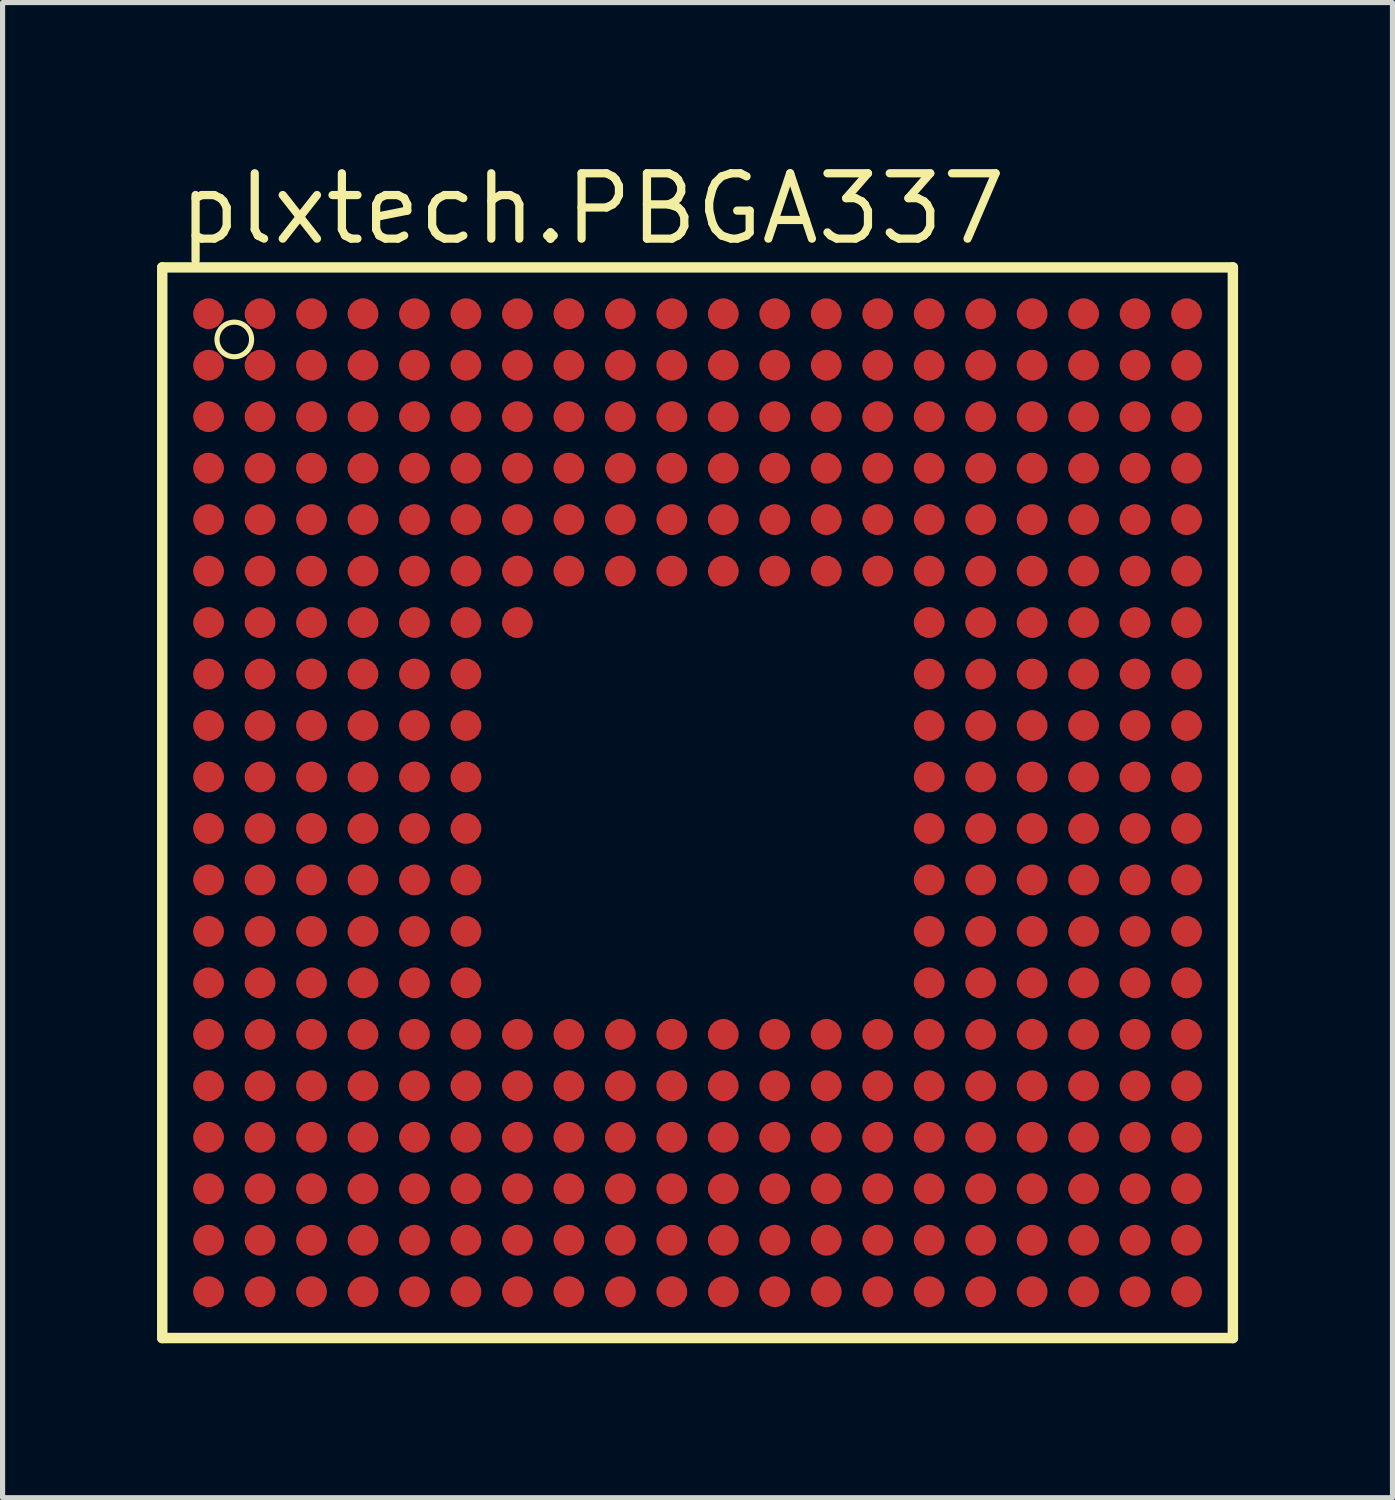
<source format=kicad_pcb>
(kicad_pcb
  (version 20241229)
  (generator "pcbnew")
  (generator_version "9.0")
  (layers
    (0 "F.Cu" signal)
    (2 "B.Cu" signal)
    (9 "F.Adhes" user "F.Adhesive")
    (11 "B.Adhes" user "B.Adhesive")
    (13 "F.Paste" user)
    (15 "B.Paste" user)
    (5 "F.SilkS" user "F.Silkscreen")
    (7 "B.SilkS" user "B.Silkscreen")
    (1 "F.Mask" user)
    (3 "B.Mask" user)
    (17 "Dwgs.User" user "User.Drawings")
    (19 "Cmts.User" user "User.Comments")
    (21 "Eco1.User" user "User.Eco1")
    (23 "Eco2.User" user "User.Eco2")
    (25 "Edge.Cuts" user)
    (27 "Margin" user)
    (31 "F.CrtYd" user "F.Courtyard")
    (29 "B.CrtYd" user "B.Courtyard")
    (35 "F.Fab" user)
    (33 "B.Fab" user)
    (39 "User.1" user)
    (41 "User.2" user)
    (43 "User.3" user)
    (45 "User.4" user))
  (footprint "plxtech.PBGA337"
    (layer "F.Cu")
    (at 10.502 12.545)
    (property "Reference" "plxtech.PBGA337" (at -10.16 -10.795 0) (layer "F.SilkS") (effects (font (size 1.27 1.27) (thickness 0.16)) (justify left bottom)))
    (attr smd)
    (fp_circle (center -9.5 -9.5) (end -9.2 -9.5) (stroke (width 0.1) (type default)) (fill no) (layer "F.Mask"))
    (fp_circle (center -9.5 -8.5) (end -9.2 -8.5) (stroke (width 0.1) (type default)) (fill no) (layer "F.Mask"))
    (fp_circle (center -9.5 -7.5) (end -9.2 -7.5) (stroke (width 0.1) (type default)) (fill no) (layer "F.Mask"))
    (fp_circle (center -9.5 -6.5) (end -9.2 -6.5) (stroke (width 0.1) (type default)) (fill no) (layer "F.Mask"))
    (fp_circle (center -9.5 -5.5) (end -9.2 -5.5) (stroke (width 0.1) (type default)) (fill no) (layer "F.Mask"))
    (fp_circle (center -9.5 -4.5) (end -9.2 -4.5) (stroke (width 0.1) (type default)) (fill no) (layer "F.Mask"))
    (fp_circle (center -9.5 -3.5) (end -9.2 -3.5) (stroke (width 0.1) (type default)) (fill no) (layer "F.Mask"))
    (fp_circle (center -9.5 -2.5) (end -9.2 -2.5) (stroke (width 0.1) (type default)) (fill no) (layer "F.Mask"))
    (fp_circle (center -9.5 -1.5) (end -9.2 -1.5) (stroke (width 0.1) (type default)) (fill no) (layer "F.Mask"))
    (fp_circle (center -9.5 -0.5) (end -9.2 -0.5) (stroke (width 0.1) (type default)) (fill no) (layer "F.Mask"))
    (fp_circle (center -9.5 0.5) (end -9.2 0.5) (stroke (width 0.1) (type default)) (fill no) (layer "F.Mask"))
    (fp_circle (center -9.5 1.5) (end -9.2 1.5) (stroke (width 0.1) (type default)) (fill no) (layer "F.Mask"))
    (fp_circle (center -9.5 2.5) (end -9.2 2.5) (stroke (width 0.1) (type default)) (fill no) (layer "F.Mask"))
    (fp_circle (center -9.5 3.5) (end -9.2 3.5) (stroke (width 0.1) (type default)) (fill no) (layer "F.Mask"))
    (fp_circle (center -9.5 4.5) (end -9.2 4.5) (stroke (width 0.1) (type default)) (fill no) (layer "F.Mask"))
    (fp_circle (center -9.5 5.5) (end -9.2 5.5) (stroke (width 0.1) (type default)) (fill no) (layer "F.Mask"))
    (fp_circle (center -9.5 6.5) (end -9.2 6.5) (stroke (width 0.1) (type default)) (fill no) (layer "F.Mask"))
    (fp_circle (center -9.5 7.5) (end -9.2 7.5) (stroke (width 0.1) (type default)) (fill no) (layer "F.Mask"))
    (fp_circle (center -9.5 8.5) (end -9.2 8.5) (stroke (width 0.1) (type default)) (fill no) (layer "F.Mask"))
    (fp_circle (center -9.5 9.5) (end -9.2 9.5) (stroke (width 0.1) (type default)) (fill no) (layer "F.Mask"))
    (fp_circle (center -8.5 -9.5) (end -8.2 -9.5) (stroke (width 0.1) (type default)) (fill no) (layer "F.Mask"))
    (fp_circle (center -8.5 -8.5) (end -8.2 -8.5) (stroke (width 0.1) (type default)) (fill no) (layer "F.Mask"))
    (fp_circle (center -8.5 -7.5) (end -8.2 -7.5) (stroke (width 0.1) (type default)) (fill no) (layer "F.Mask"))
    (fp_circle (center -8.5 -6.5) (end -8.2 -6.5) (stroke (width 0.1) (type default)) (fill no) (layer "F.Mask"))
    (fp_circle (center -8.5 -5.5) (end -8.2 -5.5) (stroke (width 0.1) (type default)) (fill no) (layer "F.Mask"))
    (fp_circle (center -8.5 -4.5) (end -8.2 -4.5) (stroke (width 0.1) (type default)) (fill no) (layer "F.Mask"))
    (fp_circle (center -8.5 -3.5) (end -8.2 -3.5) (stroke (width 0.1) (type default)) (fill no) (layer "F.Mask"))
    (fp_circle (center -8.5 -2.5) (end -8.2 -2.5) (stroke (width 0.1) (type default)) (fill no) (layer "F.Mask"))
    (fp_circle (center -8.5 -1.5) (end -8.2 -1.5) (stroke (width 0.1) (type default)) (fill no) (layer "F.Mask"))
    (fp_circle (center -8.5 -0.5) (end -8.2 -0.5) (stroke (width 0.1) (type default)) (fill no) (layer "F.Mask"))
    (fp_circle (center -8.5 0.5) (end -8.2 0.5) (stroke (width 0.1) (type default)) (fill no) (layer "F.Mask"))
    (fp_circle (center -8.5 1.5) (end -8.2 1.5) (stroke (width 0.1) (type default)) (fill no) (layer "F.Mask"))
    (fp_circle (center -8.5 2.5) (end -8.2 2.5) (stroke (width 0.1) (type default)) (fill no) (layer "F.Mask"))
    (fp_circle (center -8.5 3.5) (end -8.2 3.5) (stroke (width 0.1) (type default)) (fill no) (layer "F.Mask"))
    (fp_circle (center -8.5 4.5) (end -8.2 4.5) (stroke (width 0.1) (type default)) (fill no) (layer "F.Mask"))
    (fp_circle (center -8.5 5.5) (end -8.2 5.5) (stroke (width 0.1) (type default)) (fill no) (layer "F.Mask"))
    (fp_circle (center -8.5 6.5) (end -8.2 6.5) (stroke (width 0.1) (type default)) (fill no) (layer "F.Mask"))
    (fp_circle (center -8.5 7.5) (end -8.2 7.5) (stroke (width 0.1) (type default)) (fill no) (layer "F.Mask"))
    (fp_circle (center -8.5 8.5) (end -8.2 8.5) (stroke (width 0.1) (type default)) (fill no) (layer "F.Mask"))
    (fp_circle (center -8.5 9.5) (end -8.2 9.5) (stroke (width 0.1) (type default)) (fill no) (layer "F.Mask"))
    (fp_circle (center -7.5 -9.5) (end -7.2 -9.5) (stroke (width 0.1) (type default)) (fill no) (layer "F.Mask"))
    (fp_circle (center -7.5 -8.5) (end -7.2 -8.5) (stroke (width 0.1) (type default)) (fill no) (layer "F.Mask"))
    (fp_circle (center -7.5 -7.5) (end -7.2 -7.5) (stroke (width 0.1) (type default)) (fill no) (layer "F.Mask"))
    (fp_circle (center -7.5 -6.5) (end -7.2 -6.5) (stroke (width 0.1) (type default)) (fill no) (layer "F.Mask"))
    (fp_circle (center -7.5 -5.5) (end -7.2 -5.5) (stroke (width 0.1) (type default)) (fill no) (layer "F.Mask"))
    (fp_circle (center -7.5 -4.5) (end -7.2 -4.5) (stroke (width 0.1) (type default)) (fill no) (layer "F.Mask"))
    (fp_circle (center -7.5 -3.5) (end -7.2 -3.5) (stroke (width 0.1) (type default)) (fill no) (layer "F.Mask"))
    (fp_circle (center -7.5 -2.5) (end -7.2 -2.5) (stroke (width 0.1) (type default)) (fill no) (layer "F.Mask"))
    (fp_circle (center -7.5 -1.5) (end -7.2 -1.5) (stroke (width 0.1) (type default)) (fill no) (layer "F.Mask"))
    (fp_circle (center -7.5 -0.5) (end -7.2 -0.5) (stroke (width 0.1) (type default)) (fill no) (layer "F.Mask"))
    (fp_circle (center -7.5 0.5) (end -7.2 0.5) (stroke (width 0.1) (type default)) (fill no) (layer "F.Mask"))
    (fp_circle (center -7.5 1.5) (end -7.2 1.5) (stroke (width 0.1) (type default)) (fill no) (layer "F.Mask"))
    (fp_circle (center -7.5 2.5) (end -7.2 2.5) (stroke (width 0.1) (type default)) (fill no) (layer "F.Mask"))
    (fp_circle (center -7.5 3.5) (end -7.2 3.5) (stroke (width 0.1) (type default)) (fill no) (layer "F.Mask"))
    (fp_circle (center -7.5 4.5) (end -7.2 4.5) (stroke (width 0.1) (type default)) (fill no) (layer "F.Mask"))
    (fp_circle (center -7.5 5.5) (end -7.2 5.5) (stroke (width 0.1) (type default)) (fill no) (layer "F.Mask"))
    (fp_circle (center -7.5 6.5) (end -7.2 6.5) (stroke (width 0.1) (type default)) (fill no) (layer "F.Mask"))
    (fp_circle (center -7.5 7.5) (end -7.2 7.5) (stroke (width 0.1) (type default)) (fill no) (layer "F.Mask"))
    (fp_circle (center -7.5 8.5) (end -7.2 8.5) (stroke (width 0.1) (type default)) (fill no) (layer "F.Mask"))
    (fp_circle (center -7.5 9.5) (end -7.2 9.5) (stroke (width 0.1) (type default)) (fill no) (layer "F.Mask"))
    (fp_circle (center -6.5 -9.5) (end -6.2 -9.5) (stroke (width 0.1) (type default)) (fill no) (layer "F.Mask"))
    (fp_circle (center -6.5 -8.5) (end -6.2 -8.5) (stroke (width 0.1) (type default)) (fill no) (layer "F.Mask"))
    (fp_circle (center -6.5 -7.5) (end -6.2 -7.5) (stroke (width 0.1) (type default)) (fill no) (layer "F.Mask"))
    (fp_circle (center -6.5 -6.5) (end -6.2 -6.5) (stroke (width 0.1) (type default)) (fill no) (layer "F.Mask"))
    (fp_circle (center -6.5 -5.5) (end -6.2 -5.5) (stroke (width 0.1) (type default)) (fill no) (layer "F.Mask"))
    (fp_circle (center -6.5 -4.5) (end -6.2 -4.5) (stroke (width 0.1) (type default)) (fill no) (layer "F.Mask"))
    (fp_circle (center -6.5 -3.5) (end -6.2 -3.5) (stroke (width 0.1) (type default)) (fill no) (layer "F.Mask"))
    (fp_circle (center -6.5 -2.5) (end -6.2 -2.5) (stroke (width 0.1) (type default)) (fill no) (layer "F.Mask"))
    (fp_circle (center -6.5 -1.5) (end -6.2 -1.5) (stroke (width 0.1) (type default)) (fill no) (layer "F.Mask"))
    (fp_circle (center -6.5 -0.5) (end -6.2 -0.5) (stroke (width 0.1) (type default)) (fill no) (layer "F.Mask"))
    (fp_circle (center -6.5 0.5) (end -6.2 0.5) (stroke (width 0.1) (type default)) (fill no) (layer "F.Mask"))
    (fp_circle (center -6.5 1.5) (end -6.2 1.5) (stroke (width 0.1) (type default)) (fill no) (layer "F.Mask"))
    (fp_circle (center -6.5 2.5) (end -6.2 2.5) (stroke (width 0.1) (type default)) (fill no) (layer "F.Mask"))
    (fp_circle (center -6.5 3.5) (end -6.2 3.5) (stroke (width 0.1) (type default)) (fill no) (layer "F.Mask"))
    (fp_circle (center -6.5 4.5) (end -6.2 4.5) (stroke (width 0.1) (type default)) (fill no) (layer "F.Mask"))
    (fp_circle (center -6.5 5.5) (end -6.2 5.5) (stroke (width 0.1) (type default)) (fill no) (layer "F.Mask"))
    (fp_circle (center -6.5 6.5) (end -6.2 6.5) (stroke (width 0.1) (type default)) (fill no) (layer "F.Mask"))
    (fp_circle (center -6.5 7.5) (end -6.2 7.5) (stroke (width 0.1) (type default)) (fill no) (layer "F.Mask"))
    (fp_circle (center -6.5 8.5) (end -6.2 8.5) (stroke (width 0.1) (type default)) (fill no) (layer "F.Mask"))
    (fp_circle (center -6.5 9.5) (end -6.2 9.5) (stroke (width 0.1) (type default)) (fill no) (layer "F.Mask"))
    (fp_circle (center -5.5 -9.5) (end -5.2 -9.5) (stroke (width 0.1) (type default)) (fill no) (layer "F.Mask"))
    (fp_circle (center -5.5 -8.5) (end -5.2 -8.5) (stroke (width 0.1) (type default)) (fill no) (layer "F.Mask"))
    (fp_circle (center -5.5 -7.5) (end -5.2 -7.5) (stroke (width 0.1) (type default)) (fill no) (layer "F.Mask"))
    (fp_circle (center -5.5 -6.5) (end -5.2 -6.5) (stroke (width 0.1) (type default)) (fill no) (layer "F.Mask"))
    (fp_circle (center -5.5 -5.5) (end -5.2 -5.5) (stroke (width 0.1) (type default)) (fill no) (layer "F.Mask"))
    (fp_circle (center -5.5 -4.5) (end -5.2 -4.5) (stroke (width 0.1) (type default)) (fill no) (layer "F.Mask"))
    (fp_circle (center -5.5 -3.5) (end -5.2 -3.5) (stroke (width 0.1) (type default)) (fill no) (layer "F.Mask"))
    (fp_circle (center -5.5 -2.5) (end -5.2 -2.5) (stroke (width 0.1) (type default)) (fill no) (layer "F.Mask"))
    (fp_circle (center -5.5 -1.5) (end -5.2 -1.5) (stroke (width 0.1) (type default)) (fill no) (layer "F.Mask"))
    (fp_circle (center -5.5 -0.5) (end -5.2 -0.5) (stroke (width 0.1) (type default)) (fill no) (layer "F.Mask"))
    (fp_circle (center -5.5 0.5) (end -5.2 0.5) (stroke (width 0.1) (type default)) (fill no) (layer "F.Mask"))
    (fp_circle (center -5.5 1.5) (end -5.2 1.5) (stroke (width 0.1) (type default)) (fill no) (layer "F.Mask"))
    (fp_circle (center -5.5 2.5) (end -5.2 2.5) (stroke (width 0.1) (type default)) (fill no) (layer "F.Mask"))
    (fp_circle (center -5.5 3.5) (end -5.2 3.5) (stroke (width 0.1) (type default)) (fill no) (layer "F.Mask"))
    (fp_circle (center -5.5 4.5) (end -5.2 4.5) (stroke (width 0.1) (type default)) (fill no) (layer "F.Mask"))
    (fp_circle (center -5.5 5.5) (end -5.2 5.5) (stroke (width 0.1) (type default)) (fill no) (layer "F.Mask"))
    (fp_circle (center -5.5 6.5) (end -5.2 6.5) (stroke (width 0.1) (type default)) (fill no) (layer "F.Mask"))
    (fp_circle (center -5.5 7.5) (end -5.2 7.5) (stroke (width 0.1) (type default)) (fill no) (layer "F.Mask"))
    (fp_circle (center -5.5 8.5) (end -5.2 8.5) (stroke (width 0.1) (type default)) (fill no) (layer "F.Mask"))
    (fp_circle (center -5.5 9.5) (end -5.2 9.5) (stroke (width 0.1) (type default)) (fill no) (layer "F.Mask"))
    (fp_circle (center -4.5 -9.5) (end -4.2 -9.5) (stroke (width 0.1) (type default)) (fill no) (layer "F.Mask"))
    (fp_circle (center -4.5 -8.5) (end -4.2 -8.5) (stroke (width 0.1) (type default)) (fill no) (layer "F.Mask"))
    (fp_circle (center -4.5 -7.5) (end -4.2 -7.5) (stroke (width 0.1) (type default)) (fill no) (layer "F.Mask"))
    (fp_circle (center -4.5 -6.5) (end -4.2 -6.5) (stroke (width 0.1) (type default)) (fill no) (layer "F.Mask"))
    (fp_circle (center -4.5 -5.5) (end -4.2 -5.5) (stroke (width 0.1) (type default)) (fill no) (layer "F.Mask"))
    (fp_circle (center -4.5 -4.5) (end -4.2 -4.5) (stroke (width 0.1) (type default)) (fill no) (layer "F.Mask"))
    (fp_circle (center -4.5 -3.5) (end -4.2 -3.5) (stroke (width 0.1) (type default)) (fill no) (layer "F.Mask"))
    (fp_circle (center -4.5 -2.5) (end -4.2 -2.5) (stroke (width 0.1) (type default)) (fill no) (layer "F.Mask"))
    (fp_circle (center -4.5 -1.5) (end -4.2 -1.5) (stroke (width 0.1) (type default)) (fill no) (layer "F.Mask"))
    (fp_circle (center -4.5 -0.5) (end -4.2 -0.5) (stroke (width 0.1) (type default)) (fill no) (layer "F.Mask"))
    (fp_circle (center -4.5 0.5) (end -4.2 0.5) (stroke (width 0.1) (type default)) (fill no) (layer "F.Mask"))
    (fp_circle (center -4.5 1.5) (end -4.2 1.5) (stroke (width 0.1) (type default)) (fill no) (layer "F.Mask"))
    (fp_circle (center -4.5 2.5) (end -4.2 2.5) (stroke (width 0.1) (type default)) (fill no) (layer "F.Mask"))
    (fp_circle (center -4.5 3.5) (end -4.2 3.5) (stroke (width 0.1) (type default)) (fill no) (layer "F.Mask"))
    (fp_circle (center -4.5 4.5) (end -4.2 4.5) (stroke (width 0.1) (type default)) (fill no) (layer "F.Mask"))
    (fp_circle (center -4.5 5.5) (end -4.2 5.5) (stroke (width 0.1) (type default)) (fill no) (layer "F.Mask"))
    (fp_circle (center -4.5 6.5) (end -4.2 6.5) (stroke (width 0.1) (type default)) (fill no) (layer "F.Mask"))
    (fp_circle (center -4.5 7.5) (end -4.2 7.5) (stroke (width 0.1) (type default)) (fill no) (layer "F.Mask"))
    (fp_circle (center -4.5 8.5) (end -4.2 8.5) (stroke (width 0.1) (type default)) (fill no) (layer "F.Mask"))
    (fp_circle (center -4.5 9.5) (end -4.2 9.5) (stroke (width 0.1) (type default)) (fill no) (layer "F.Mask"))
    (fp_circle (center -3.5 -9.5) (end -3.2 -9.5) (stroke (width 0.1) (type default)) (fill no) (layer "F.Mask"))
    (fp_circle (center -3.5 -8.5) (end -3.2 -8.5) (stroke (width 0.1) (type default)) (fill no) (layer "F.Mask"))
    (fp_circle (center -3.5 -7.5) (end -3.2 -7.5) (stroke (width 0.1) (type default)) (fill no) (layer "F.Mask"))
    (fp_circle (center -3.5 -6.5) (end -3.2 -6.5) (stroke (width 0.1) (type default)) (fill no) (layer "F.Mask"))
    (fp_circle (center -3.5 -5.5) (end -3.2 -5.5) (stroke (width 0.1) (type default)) (fill no) (layer "F.Mask"))
    (fp_circle (center -3.5 -4.5) (end -3.2 -4.5) (stroke (width 0.1) (type default)) (fill no) (layer "F.Mask"))
    (fp_circle (center -3.5 -3.5) (end -3.2 -3.5) (stroke (width 0.1) (type default)) (fill no) (layer "F.Mask"))
    (fp_circle (center -3.5 4.5) (end -3.2 4.5) (stroke (width 0.1) (type default)) (fill no) (layer "F.Mask"))
    (fp_circle (center -3.5 5.5) (end -3.2 5.5) (stroke (width 0.1) (type default)) (fill no) (layer "F.Mask"))
    (fp_circle (center -3.5 6.5) (end -3.2 6.5) (stroke (width 0.1) (type default)) (fill no) (layer "F.Mask"))
    (fp_circle (center -3.5 7.5) (end -3.2 7.5) (stroke (width 0.1) (type default)) (fill no) (layer "F.Mask"))
    (fp_circle (center -3.5 8.5) (end -3.2 8.5) (stroke (width 0.1) (type default)) (fill no) (layer "F.Mask"))
    (fp_circle (center -3.5 9.5) (end -3.2 9.5) (stroke (width 0.1) (type default)) (fill no) (layer "F.Mask"))
    (fp_circle (center -2.5 -9.5) (end -2.2 -9.5) (stroke (width 0.1) (type default)) (fill no) (layer "F.Mask"))
    (fp_circle (center -2.5 -8.5) (end -2.2 -8.5) (stroke (width 0.1) (type default)) (fill no) (layer "F.Mask"))
    (fp_circle (center -2.5 -7.5) (end -2.2 -7.5) (stroke (width 0.1) (type default)) (fill no) (layer "F.Mask"))
    (fp_circle (center -2.5 -6.5) (end -2.2 -6.5) (stroke (width 0.1) (type default)) (fill no) (layer "F.Mask"))
    (fp_circle (center -2.5 -5.5) (end -2.2 -5.5) (stroke (width 0.1) (type default)) (fill no) (layer "F.Mask"))
    (fp_circle (center -2.5 -4.5) (end -2.2 -4.5) (stroke (width 0.1) (type default)) (fill no) (layer "F.Mask"))
    (fp_circle (center -2.5 4.5) (end -2.2 4.5) (stroke (width 0.1) (type default)) (fill no) (layer "F.Mask"))
    (fp_circle (center -2.5 5.5) (end -2.2 5.5) (stroke (width 0.1) (type default)) (fill no) (layer "F.Mask"))
    (fp_circle (center -2.5 6.5) (end -2.2 6.5) (stroke (width 0.1) (type default)) (fill no) (layer "F.Mask"))
    (fp_circle (center -2.5 7.5) (end -2.2 7.5) (stroke (width 0.1) (type default)) (fill no) (layer "F.Mask"))
    (fp_circle (center -2.5 8.5) (end -2.2 8.5) (stroke (width 0.1) (type default)) (fill no) (layer "F.Mask"))
    (fp_circle (center -2.5 9.5) (end -2.2 9.5) (stroke (width 0.1) (type default)) (fill no) (layer "F.Mask"))
    (fp_circle (center -1.5 -9.5) (end -1.2 -9.5) (stroke (width 0.1) (type default)) (fill no) (layer "F.Mask"))
    (fp_circle (center -1.5 -8.5) (end -1.2 -8.5) (stroke (width 0.1) (type default)) (fill no) (layer "F.Mask"))
    (fp_circle (center -1.5 -7.5) (end -1.2 -7.5) (stroke (width 0.1) (type default)) (fill no) (layer "F.Mask"))
    (fp_circle (center -1.5 -6.5) (end -1.2 -6.5) (stroke (width 0.1) (type default)) (fill no) (layer "F.Mask"))
    (fp_circle (center -1.5 -5.5) (end -1.2 -5.5) (stroke (width 0.1) (type default)) (fill no) (layer "F.Mask"))
    (fp_circle (center -1.5 -4.5) (end -1.2 -4.5) (stroke (width 0.1) (type default)) (fill no) (layer "F.Mask"))
    (fp_circle (center -1.5 4.5) (end -1.2 4.5) (stroke (width 0.1) (type default)) (fill no) (layer "F.Mask"))
    (fp_circle (center -1.5 5.5) (end -1.2 5.5) (stroke (width 0.1) (type default)) (fill no) (layer "F.Mask"))
    (fp_circle (center -1.5 6.5) (end -1.2 6.5) (stroke (width 0.1) (type default)) (fill no) (layer "F.Mask"))
    (fp_circle (center -1.5 7.5) (end -1.2 7.5) (stroke (width 0.1) (type default)) (fill no) (layer "F.Mask"))
    (fp_circle (center -1.5 8.5) (end -1.2 8.5) (stroke (width 0.1) (type default)) (fill no) (layer "F.Mask"))
    (fp_circle (center -1.5 9.5) (end -1.2 9.5) (stroke (width 0.1) (type default)) (fill no) (layer "F.Mask"))
    (fp_circle (center -0.5 -9.5) (end -0.2 -9.5) (stroke (width 0.1) (type default)) (fill no) (layer "F.Mask"))
    (fp_circle (center -0.5 -8.5) (end -0.2 -8.5) (stroke (width 0.1) (type default)) (fill no) (layer "F.Mask"))
    (fp_circle (center -0.5 -7.5) (end -0.2 -7.5) (stroke (width 0.1) (type default)) (fill no) (layer "F.Mask"))
    (fp_circle (center -0.5 -6.5) (end -0.2 -6.5) (stroke (width 0.1) (type default)) (fill no) (layer "F.Mask"))
    (fp_circle (center -0.5 -5.5) (end -0.2 -5.5) (stroke (width 0.1) (type default)) (fill no) (layer "F.Mask"))
    (fp_circle (center -0.5 -4.5) (end -0.2 -4.5) (stroke (width 0.1) (type default)) (fill no) (layer "F.Mask"))
    (fp_circle (center -0.5 4.5) (end -0.2 4.5) (stroke (width 0.1) (type default)) (fill no) (layer "F.Mask"))
    (fp_circle (center -0.5 5.5) (end -0.2 5.5) (stroke (width 0.1) (type default)) (fill no) (layer "F.Mask"))
    (fp_circle (center -0.5 6.5) (end -0.2 6.5) (stroke (width 0.1) (type default)) (fill no) (layer "F.Mask"))
    (fp_circle (center -0.5 7.5) (end -0.2 7.5) (stroke (width 0.1) (type default)) (fill no) (layer "F.Mask"))
    (fp_circle (center -0.5 8.5) (end -0.2 8.5) (stroke (width 0.1) (type default)) (fill no) (layer "F.Mask"))
    (fp_circle (center -0.5 9.5) (end -0.2 9.5) (stroke (width 0.1) (type default)) (fill no) (layer "F.Mask"))
    (fp_circle (center 0.5 -9.5) (end 0.8 -9.5) (stroke (width 0.1) (type default)) (fill no) (layer "F.Mask"))
    (fp_circle (center 0.5 -8.5) (end 0.8 -8.5) (stroke (width 0.1) (type default)) (fill no) (layer "F.Mask"))
    (fp_circle (center 0.5 -7.5) (end 0.8 -7.5) (stroke (width 0.1) (type default)) (fill no) (layer "F.Mask"))
    (fp_circle (center 0.5 -6.5) (end 0.8 -6.5) (stroke (width 0.1) (type default)) (fill no) (layer "F.Mask"))
    (fp_circle (center 0.5 -5.5) (end 0.8 -5.5) (stroke (width 0.1) (type default)) (fill no) (layer "F.Mask"))
    (fp_circle (center 0.5 -4.5) (end 0.8 -4.5) (stroke (width 0.1) (type default)) (fill no) (layer "F.Mask"))
    (fp_circle (center 0.5 4.5) (end 0.8 4.5) (stroke (width 0.1) (type default)) (fill no) (layer "F.Mask"))
    (fp_circle (center 0.5 5.5) (end 0.8 5.5) (stroke (width 0.1) (type default)) (fill no) (layer "F.Mask"))
    (fp_circle (center 0.5 6.5) (end 0.8 6.5) (stroke (width 0.1) (type default)) (fill no) (layer "F.Mask"))
    (fp_circle (center 0.5 7.5) (end 0.8 7.5) (stroke (width 0.1) (type default)) (fill no) (layer "F.Mask"))
    (fp_circle (center 0.5 8.5) (end 0.8 8.5) (stroke (width 0.1) (type default)) (fill no) (layer "F.Mask"))
    (fp_circle (center 0.5 9.5) (end 0.8 9.5) (stroke (width 0.1) (type default)) (fill no) (layer "F.Mask"))
    (fp_circle (center 1.5 -9.5) (end 1.8 -9.5) (stroke (width 0.1) (type default)) (fill no) (layer "F.Mask"))
    (fp_circle (center 1.5 -8.5) (end 1.8 -8.5) (stroke (width 0.1) (type default)) (fill no) (layer "F.Mask"))
    (fp_circle (center 1.5 -7.5) (end 1.8 -7.5) (stroke (width 0.1) (type default)) (fill no) (layer "F.Mask"))
    (fp_circle (center 1.5 -6.5) (end 1.8 -6.5) (stroke (width 0.1) (type default)) (fill no) (layer "F.Mask"))
    (fp_circle (center 1.5 -5.5) (end 1.8 -5.5) (stroke (width 0.1) (type default)) (fill no) (layer "F.Mask"))
    (fp_circle (center 1.5 -4.5) (end 1.8 -4.5) (stroke (width 0.1) (type default)) (fill no) (layer "F.Mask"))
    (fp_circle (center 1.5 4.5) (end 1.8 4.5) (stroke (width 0.1) (type default)) (fill no) (layer "F.Mask"))
    (fp_circle (center 1.5 5.5) (end 1.8 5.5) (stroke (width 0.1) (type default)) (fill no) (layer "F.Mask"))
    (fp_circle (center 1.5 6.5) (end 1.8 6.5) (stroke (width 0.1) (type default)) (fill no) (layer "F.Mask"))
    (fp_circle (center 1.5 7.5) (end 1.8 7.5) (stroke (width 0.1) (type default)) (fill no) (layer "F.Mask"))
    (fp_circle (center 1.5 8.5) (end 1.8 8.5) (stroke (width 0.1) (type default)) (fill no) (layer "F.Mask"))
    (fp_circle (center 1.5 9.5) (end 1.8 9.5) (stroke (width 0.1) (type default)) (fill no) (layer "F.Mask"))
    (fp_circle (center 2.5 -9.5) (end 2.8 -9.5) (stroke (width 0.1) (type default)) (fill no) (layer "F.Mask"))
    (fp_circle (center 2.5 -8.5) (end 2.8 -8.5) (stroke (width 0.1) (type default)) (fill no) (layer "F.Mask"))
    (fp_circle (center 2.5 -7.5) (end 2.8 -7.5) (stroke (width 0.1) (type default)) (fill no) (layer "F.Mask"))
    (fp_circle (center 2.5 -6.5) (end 2.8 -6.5) (stroke (width 0.1) (type default)) (fill no) (layer "F.Mask"))
    (fp_circle (center 2.5 -5.5) (end 2.8 -5.5) (stroke (width 0.1) (type default)) (fill no) (layer "F.Mask"))
    (fp_circle (center 2.5 -4.5) (end 2.8 -4.5) (stroke (width 0.1) (type default)) (fill no) (layer "F.Mask"))
    (fp_circle (center 2.5 4.5) (end 2.8 4.5) (stroke (width 0.1) (type default)) (fill no) (layer "F.Mask"))
    (fp_circle (center 2.5 5.5) (end 2.8 5.5) (stroke (width 0.1) (type default)) (fill no) (layer "F.Mask"))
    (fp_circle (center 2.5 6.5) (end 2.8 6.5) (stroke (width 0.1) (type default)) (fill no) (layer "F.Mask"))
    (fp_circle (center 2.5 7.5) (end 2.8 7.5) (stroke (width 0.1) (type default)) (fill no) (layer "F.Mask"))
    (fp_circle (center 2.5 8.5) (end 2.8 8.5) (stroke (width 0.1) (type default)) (fill no) (layer "F.Mask"))
    (fp_circle (center 2.5 9.5) (end 2.8 9.5) (stroke (width 0.1) (type default)) (fill no) (layer "F.Mask"))
    (fp_circle (center 3.5 -9.5) (end 3.8 -9.5) (stroke (width 0.1) (type default)) (fill no) (layer "F.Mask"))
    (fp_circle (center 3.5 -8.5) (end 3.8 -8.5) (stroke (width 0.1) (type default)) (fill no) (layer "F.Mask"))
    (fp_circle (center 3.5 -7.5) (end 3.8 -7.5) (stroke (width 0.1) (type default)) (fill no) (layer "F.Mask"))
    (fp_circle (center 3.5 -6.5) (end 3.8 -6.5) (stroke (width 0.1) (type default)) (fill no) (layer "F.Mask"))
    (fp_circle (center 3.5 -5.5) (end 3.8 -5.5) (stroke (width 0.1) (type default)) (fill no) (layer "F.Mask"))
    (fp_circle (center 3.5 -4.5) (end 3.8 -4.5) (stroke (width 0.1) (type default)) (fill no) (layer "F.Mask"))
    (fp_circle (center 3.5 4.5) (end 3.8 4.5) (stroke (width 0.1) (type default)) (fill no) (layer "F.Mask"))
    (fp_circle (center 3.5 5.5) (end 3.8 5.5) (stroke (width 0.1) (type default)) (fill no) (layer "F.Mask"))
    (fp_circle (center 3.5 6.5) (end 3.8 6.5) (stroke (width 0.1) (type default)) (fill no) (layer "F.Mask"))
    (fp_circle (center 3.5 7.5) (end 3.8 7.5) (stroke (width 0.1) (type default)) (fill no) (layer "F.Mask"))
    (fp_circle (center 3.5 8.5) (end 3.8 8.5) (stroke (width 0.1) (type default)) (fill no) (layer "F.Mask"))
    (fp_circle (center 3.5 9.5) (end 3.8 9.5) (stroke (width 0.1) (type default)) (fill no) (layer "F.Mask"))
    (fp_circle (center 4.5 -9.5) (end 4.8 -9.5) (stroke (width 0.1) (type default)) (fill no) (layer "F.Mask"))
    (fp_circle (center 4.5 -8.5) (end 4.8 -8.5) (stroke (width 0.1) (type default)) (fill no) (layer "F.Mask"))
    (fp_circle (center 4.5 -7.5) (end 4.8 -7.5) (stroke (width 0.1) (type default)) (fill no) (layer "F.Mask"))
    (fp_circle (center 4.5 -6.5) (end 4.8 -6.5) (stroke (width 0.1) (type default)) (fill no) (layer "F.Mask"))
    (fp_circle (center 4.5 -5.5) (end 4.8 -5.5) (stroke (width 0.1) (type default)) (fill no) (layer "F.Mask"))
    (fp_circle (center 4.5 -4.5) (end 4.8 -4.5) (stroke (width 0.1) (type default)) (fill no) (layer "F.Mask"))
    (fp_circle (center 4.5 -3.5) (end 4.8 -3.5) (stroke (width 0.1) (type default)) (fill no) (layer "F.Mask"))
    (fp_circle (center 4.5 -2.5) (end 4.8 -2.5) (stroke (width 0.1) (type default)) (fill no) (layer "F.Mask"))
    (fp_circle (center 4.5 -1.5) (end 4.8 -1.5) (stroke (width 0.1) (type default)) (fill no) (layer "F.Mask"))
    (fp_circle (center 4.5 -0.5) (end 4.8 -0.5) (stroke (width 0.1) (type default)) (fill no) (layer "F.Mask"))
    (fp_circle (center 4.5 0.5) (end 4.8 0.5) (stroke (width 0.1) (type default)) (fill no) (layer "F.Mask"))
    (fp_circle (center 4.5 1.5) (end 4.8 1.5) (stroke (width 0.1) (type default)) (fill no) (layer "F.Mask"))
    (fp_circle (center 4.5 2.5) (end 4.8 2.5) (stroke (width 0.1) (type default)) (fill no) (layer "F.Mask"))
    (fp_circle (center 4.5 3.5) (end 4.8 3.5) (stroke (width 0.1) (type default)) (fill no) (layer "F.Mask"))
    (fp_circle (center 4.5 4.5) (end 4.8 4.5) (stroke (width 0.1) (type default)) (fill no) (layer "F.Mask"))
    (fp_circle (center 4.5 5.5) (end 4.8 5.5) (stroke (width 0.1) (type default)) (fill no) (layer "F.Mask"))
    (fp_circle (center 4.5 6.5) (end 4.8 6.5) (stroke (width 0.1) (type default)) (fill no) (layer "F.Mask"))
    (fp_circle (center 4.5 7.5) (end 4.8 7.5) (stroke (width 0.1) (type default)) (fill no) (layer "F.Mask"))
    (fp_circle (center 4.5 8.5) (end 4.8 8.5) (stroke (width 0.1) (type default)) (fill no) (layer "F.Mask"))
    (fp_circle (center 4.5 9.5) (end 4.8 9.5) (stroke (width 0.1) (type default)) (fill no) (layer "F.Mask"))
    (fp_circle (center 5.5 -9.5) (end 5.8 -9.5) (stroke (width 0.1) (type default)) (fill no) (layer "F.Mask"))
    (fp_circle (center 5.5 -8.5) (end 5.8 -8.5) (stroke (width 0.1) (type default)) (fill no) (layer "F.Mask"))
    (fp_circle (center 5.5 -7.5) (end 5.8 -7.5) (stroke (width 0.1) (type default)) (fill no) (layer "F.Mask"))
    (fp_circle (center 5.5 -6.5) (end 5.8 -6.5) (stroke (width 0.1) (type default)) (fill no) (layer "F.Mask"))
    (fp_circle (center 5.5 -5.5) (end 5.8 -5.5) (stroke (width 0.1) (type default)) (fill no) (layer "F.Mask"))
    (fp_circle (center 5.5 -4.5) (end 5.8 -4.5) (stroke (width 0.1) (type default)) (fill no) (layer "F.Mask"))
    (fp_circle (center 5.5 -3.5) (end 5.8 -3.5) (stroke (width 0.1) (type default)) (fill no) (layer "F.Mask"))
    (fp_circle (center 5.5 -2.5) (end 5.8 -2.5) (stroke (width 0.1) (type default)) (fill no) (layer "F.Mask"))
    (fp_circle (center 5.5 -1.5) (end 5.8 -1.5) (stroke (width 0.1) (type default)) (fill no) (layer "F.Mask"))
    (fp_circle (center 5.5 -0.5) (end 5.8 -0.5) (stroke (width 0.1) (type default)) (fill no) (layer "F.Mask"))
    (fp_circle (center 5.5 0.5) (end 5.8 0.5) (stroke (width 0.1) (type default)) (fill no) (layer "F.Mask"))
    (fp_circle (center 5.5 1.5) (end 5.8 1.5) (stroke (width 0.1) (type default)) (fill no) (layer "F.Mask"))
    (fp_circle (center 5.5 2.5) (end 5.8 2.5) (stroke (width 0.1) (type default)) (fill no) (layer "F.Mask"))
    (fp_circle (center 5.5 3.5) (end 5.8 3.5) (stroke (width 0.1) (type default)) (fill no) (layer "F.Mask"))
    (fp_circle (center 5.5 4.5) (end 5.8 4.5) (stroke (width 0.1) (type default)) (fill no) (layer "F.Mask"))
    (fp_circle (center 5.5 5.5) (end 5.8 5.5) (stroke (width 0.1) (type default)) (fill no) (layer "F.Mask"))
    (fp_circle (center 5.5 6.5) (end 5.8 6.5) (stroke (width 0.1) (type default)) (fill no) (layer "F.Mask"))
    (fp_circle (center 5.5 7.5) (end 5.8 7.5) (stroke (width 0.1) (type default)) (fill no) (layer "F.Mask"))
    (fp_circle (center 5.5 8.5) (end 5.8 8.5) (stroke (width 0.1) (type default)) (fill no) (layer "F.Mask"))
    (fp_circle (center 5.5 9.5) (end 5.8 9.5) (stroke (width 0.1) (type default)) (fill no) (layer "F.Mask"))
    (fp_circle (center 6.5 -9.5) (end 6.8 -9.5) (stroke (width 0.1) (type default)) (fill no) (layer "F.Mask"))
    (fp_circle (center 6.5 -8.5) (end 6.8 -8.5) (stroke (width 0.1) (type default)) (fill no) (layer "F.Mask"))
    (fp_circle (center 6.5 -7.5) (end 6.8 -7.5) (stroke (width 0.1) (type default)) (fill no) (layer "F.Mask"))
    (fp_circle (center 6.5 -6.5) (end 6.8 -6.5) (stroke (width 0.1) (type default)) (fill no) (layer "F.Mask"))
    (fp_circle (center 6.5 -5.5) (end 6.8 -5.5) (stroke (width 0.1) (type default)) (fill no) (layer "F.Mask"))
    (fp_circle (center 6.5 -4.5) (end 6.8 -4.5) (stroke (width 0.1) (type default)) (fill no) (layer "F.Mask"))
    (fp_circle (center 6.5 -3.5) (end 6.8 -3.5) (stroke (width 0.1) (type default)) (fill no) (layer "F.Mask"))
    (fp_circle (center 6.5 -2.5) (end 6.8 -2.5) (stroke (width 0.1) (type default)) (fill no) (layer "F.Mask"))
    (fp_circle (center 6.5 -1.5) (end 6.8 -1.5) (stroke (width 0.1) (type default)) (fill no) (layer "F.Mask"))
    (fp_circle (center 6.5 -0.5) (end 6.8 -0.5) (stroke (width 0.1) (type default)) (fill no) (layer "F.Mask"))
    (fp_circle (center 6.5 0.5) (end 6.8 0.5) (stroke (width 0.1) (type default)) (fill no) (layer "F.Mask"))
    (fp_circle (center 6.5 1.5) (end 6.8 1.5) (stroke (width 0.1) (type default)) (fill no) (layer "F.Mask"))
    (fp_circle (center 6.5 2.5) (end 6.8 2.5) (stroke (width 0.1) (type default)) (fill no) (layer "F.Mask"))
    (fp_circle (center 6.5 3.5) (end 6.8 3.5) (stroke (width 0.1) (type default)) (fill no) (layer "F.Mask"))
    (fp_circle (center 6.5 4.5) (end 6.8 4.5) (stroke (width 0.1) (type default)) (fill no) (layer "F.Mask"))
    (fp_circle (center 6.5 5.5) (end 6.8 5.5) (stroke (width 0.1) (type default)) (fill no) (layer "F.Mask"))
    (fp_circle (center 6.5 6.5) (end 6.8 6.5) (stroke (width 0.1) (type default)) (fill no) (layer "F.Mask"))
    (fp_circle (center 6.5 7.5) (end 6.8 7.5) (stroke (width 0.1) (type default)) (fill no) (layer "F.Mask"))
    (fp_circle (center 6.5 8.5) (end 6.8 8.5) (stroke (width 0.1) (type default)) (fill no) (layer "F.Mask"))
    (fp_circle (center 6.5 9.5) (end 6.8 9.5) (stroke (width 0.1) (type default)) (fill no) (layer "F.Mask"))
    (fp_circle (center 7.5 -9.5) (end 7.8 -9.5) (stroke (width 0.1) (type default)) (fill no) (layer "F.Mask"))
    (fp_circle (center 7.5 -8.5) (end 7.8 -8.5) (stroke (width 0.1) (type default)) (fill no) (layer "F.Mask"))
    (fp_circle (center 7.5 -7.5) (end 7.8 -7.5) (stroke (width 0.1) (type default)) (fill no) (layer "F.Mask"))
    (fp_circle (center 7.5 -6.5) (end 7.8 -6.5) (stroke (width 0.1) (type default)) (fill no) (layer "F.Mask"))
    (fp_circle (center 7.5 -5.5) (end 7.8 -5.5) (stroke (width 0.1) (type default)) (fill no) (layer "F.Mask"))
    (fp_circle (center 7.5 -4.5) (end 7.8 -4.5) (stroke (width 0.1) (type default)) (fill no) (layer "F.Mask"))
    (fp_circle (center 7.5 -3.5) (end 7.8 -3.5) (stroke (width 0.1) (type default)) (fill no) (layer "F.Mask"))
    (fp_circle (center 7.5 -2.5) (end 7.8 -2.5) (stroke (width 0.1) (type default)) (fill no) (layer "F.Mask"))
    (fp_circle (center 7.5 -1.5) (end 7.8 -1.5) (stroke (width 0.1) (type default)) (fill no) (layer "F.Mask"))
    (fp_circle (center 7.5 -0.5) (end 7.8 -0.5) (stroke (width 0.1) (type default)) (fill no) (layer "F.Mask"))
    (fp_circle (center 7.5 0.5) (end 7.8 0.5) (stroke (width 0.1) (type default)) (fill no) (layer "F.Mask"))
    (fp_circle (center 7.5 1.5) (end 7.8 1.5) (stroke (width 0.1) (type default)) (fill no) (layer "F.Mask"))
    (fp_circle (center 7.5 2.5) (end 7.8 2.5) (stroke (width 0.1) (type default)) (fill no) (layer "F.Mask"))
    (fp_circle (center 7.5 3.5) (end 7.8 3.5) (stroke (width 0.1) (type default)) (fill no) (layer "F.Mask"))
    (fp_circle (center 7.5 4.5) (end 7.8 4.5) (stroke (width 0.1) (type default)) (fill no) (layer "F.Mask"))
    (fp_circle (center 7.5 5.5) (end 7.8 5.5) (stroke (width 0.1) (type default)) (fill no) (layer "F.Mask"))
    (fp_circle (center 7.5 6.5) (end 7.8 6.5) (stroke (width 0.1) (type default)) (fill no) (layer "F.Mask"))
    (fp_circle (center 7.5 7.5) (end 7.8 7.5) (stroke (width 0.1) (type default)) (fill no) (layer "F.Mask"))
    (fp_circle (center 7.5 8.5) (end 7.8 8.5) (stroke (width 0.1) (type default)) (fill no) (layer "F.Mask"))
    (fp_circle (center 7.5 9.5) (end 7.8 9.5) (stroke (width 0.1) (type default)) (fill no) (layer "F.Mask"))
    (fp_circle (center 8.5 -9.5) (end 8.8 -9.5) (stroke (width 0.1) (type default)) (fill no) (layer "F.Mask"))
    (fp_circle (center 8.5 -8.5) (end 8.8 -8.5) (stroke (width 0.1) (type default)) (fill no) (layer "F.Mask"))
    (fp_circle (center 8.5 -7.5) (end 8.8 -7.5) (stroke (width 0.1) (type default)) (fill no) (layer "F.Mask"))
    (fp_circle (center 8.5 -6.5) (end 8.8 -6.5) (stroke (width 0.1) (type default)) (fill no) (layer "F.Mask"))
    (fp_circle (center 8.5 -5.5) (end 8.8 -5.5) (stroke (width 0.1) (type default)) (fill no) (layer "F.Mask"))
    (fp_circle (center 8.5 -4.5) (end 8.8 -4.5) (stroke (width 0.1) (type default)) (fill no) (layer "F.Mask"))
    (fp_circle (center 8.5 -3.5) (end 8.8 -3.5) (stroke (width 0.1) (type default)) (fill no) (layer "F.Mask"))
    (fp_circle (center 8.5 -2.5) (end 8.8 -2.5) (stroke (width 0.1) (type default)) (fill no) (layer "F.Mask"))
    (fp_circle (center 8.5 -1.5) (end 8.8 -1.5) (stroke (width 0.1) (type default)) (fill no) (layer "F.Mask"))
    (fp_circle (center 8.5 -0.5) (end 8.8 -0.5) (stroke (width 0.1) (type default)) (fill no) (layer "F.Mask"))
    (fp_circle (center 8.5 0.5) (end 8.8 0.5) (stroke (width 0.1) (type default)) (fill no) (layer "F.Mask"))
    (fp_circle (center 8.5 1.5) (end 8.8 1.5) (stroke (width 0.1) (type default)) (fill no) (layer "F.Mask"))
    (fp_circle (center 8.5 2.5) (end 8.8 2.5) (stroke (width 0.1) (type default)) (fill no) (layer "F.Mask"))
    (fp_circle (center 8.5 3.5) (end 8.8 3.5) (stroke (width 0.1) (type default)) (fill no) (layer "F.Mask"))
    (fp_circle (center 8.5 4.5) (end 8.8 4.5) (stroke (width 0.1) (type default)) (fill no) (layer "F.Mask"))
    (fp_circle (center 8.5 5.5) (end 8.8 5.5) (stroke (width 0.1) (type default)) (fill no) (layer "F.Mask"))
    (fp_circle (center 8.5 6.5) (end 8.8 6.5) (stroke (width 0.1) (type default)) (fill no) (layer "F.Mask"))
    (fp_circle (center 8.5 7.5) (end 8.8 7.5) (stroke (width 0.1) (type default)) (fill no) (layer "F.Mask"))
    (fp_circle (center 8.5 8.5) (end 8.8 8.5) (stroke (width 0.1) (type default)) (fill no) (layer "F.Mask"))
    (fp_circle (center 8.5 9.5) (end 8.8 9.5) (stroke (width 0.1) (type default)) (fill no) (layer "F.Mask"))
    (fp_circle (center 9.5 -9.5) (end 9.8 -9.5) (stroke (width 0.1) (type default)) (fill no) (layer "F.Mask"))
    (fp_circle (center 9.5 -8.5) (end 9.8 -8.5) (stroke (width 0.1) (type default)) (fill no) (layer "F.Mask"))
    (fp_circle (center 9.5 -7.5) (end 9.8 -7.5) (stroke (width 0.1) (type default)) (fill no) (layer "F.Mask"))
    (fp_circle (center 9.5 -6.5) (end 9.8 -6.5) (stroke (width 0.1) (type default)) (fill no) (layer "F.Mask"))
    (fp_circle (center 9.5 -5.5) (end 9.8 -5.5) (stroke (width 0.1) (type default)) (fill no) (layer "F.Mask"))
    (fp_circle (center 9.5 -4.5) (end 9.8 -4.5) (stroke (width 0.1) (type default)) (fill no) (layer "F.Mask"))
    (fp_circle (center 9.5 -3.5) (end 9.8 -3.5) (stroke (width 0.1) (type default)) (fill no) (layer "F.Mask"))
    (fp_circle (center 9.5 -2.5) (end 9.8 -2.5) (stroke (width 0.1) (type default)) (fill no) (layer "F.Mask"))
    (fp_circle (center 9.5 -1.5) (end 9.8 -1.5) (stroke (width 0.1) (type default)) (fill no) (layer "F.Mask"))
    (fp_circle (center 9.5 -0.5) (end 9.8 -0.5) (stroke (width 0.1) (type default)) (fill no) (layer "F.Mask"))
    (fp_circle (center 9.5 0.5) (end 9.8 0.5) (stroke (width 0.1) (type default)) (fill no) (layer "F.Mask"))
    (fp_circle (center 9.5 1.5) (end 9.8 1.5) (stroke (width 0.1) (type default)) (fill no) (layer "F.Mask"))
    (fp_circle (center 9.5 2.5) (end 9.8 2.5) (stroke (width 0.1) (type default)) (fill no) (layer "F.Mask"))
    (fp_circle (center 9.5 3.5) (end 9.8 3.5) (stroke (width 0.1) (type default)) (fill no) (layer "F.Mask"))
    (fp_circle (center 9.5 4.5) (end 9.8 4.5) (stroke (width 0.1) (type default)) (fill no) (layer "F.Mask"))
    (fp_circle (center 9.5 5.5) (end 9.8 5.5) (stroke (width 0.1) (type default)) (fill no) (layer "F.Mask"))
    (fp_circle (center 9.5 6.5) (end 9.8 6.5) (stroke (width 0.1) (type default)) (fill no) (layer "F.Mask"))
    (fp_circle (center 9.5 7.5) (end 9.8 7.5) (stroke (width 0.1) (type default)) (fill no) (layer "F.Mask"))
    (fp_circle (center 9.5 8.5) (end 9.8 8.5) (stroke (width 0.1) (type default)) (fill no) (layer "F.Mask"))
    (fp_circle (center 9.5 9.5) (end 9.8 9.5) (stroke (width 0.1) (type default)) (fill no) (layer "F.Mask"))
    (fp_line (start -10.4 -10.4) (end -10.4 10.4) (stroke (width 0.203) (type default)) (layer "F.SilkS"))
    (fp_line (start -10.4 10.4) (end 10.4 10.4) (stroke (width 0.203) (type default)) (layer "F.SilkS"))
    (fp_line (start 10.4 -10.4) (end -10.4 -10.4) (stroke (width 0.203) (type default)) (layer "F.SilkS"))
    (fp_line (start 10.4 10.4) (end 10.4 -10.4) (stroke (width 0.203) (type default)) (layer "F.SilkS"))
    (fp_circle (center -9 -9) (end -8.664 -9) (stroke (width 0.1) (type default)) (fill no) (layer "F.SilkS"))
    (fp_circle (center -9.5 -9.5) (end -9.275 -9.5) (stroke (width 0.1) (type default)) (fill no) (layer "F.Paste"))
    (fp_circle (center -9.5 -8.5) (end -9.275 -8.5) (stroke (width 0.1) (type default)) (fill no) (layer "F.Paste"))
    (fp_circle (center -9.5 -7.5) (end -9.275 -7.5) (stroke (width 0.1) (type default)) (fill no) (layer "F.Paste"))
    (fp_circle (center -9.5 -6.5) (end -9.275 -6.5) (stroke (width 0.1) (type default)) (fill no) (layer "F.Paste"))
    (fp_circle (center -9.5 -5.5) (end -9.275 -5.5) (stroke (width 0.1) (type default)) (fill no) (layer "F.Paste"))
    (fp_circle (center -9.5 -4.5) (end -9.275 -4.5) (stroke (width 0.1) (type default)) (fill no) (layer "F.Paste"))
    (fp_circle (center -9.5 -3.5) (end -9.275 -3.5) (stroke (width 0.1) (type default)) (fill no) (layer "F.Paste"))
    (fp_circle (center -9.5 -2.5) (end -9.275 -2.5) (stroke (width 0.1) (type default)) (fill no) (layer "F.Paste"))
    (fp_circle (center -9.5 -1.5) (end -9.275 -1.5) (stroke (width 0.1) (type default)) (fill no) (layer "F.Paste"))
    (fp_circle (center -9.5 -0.5) (end -9.275 -0.5) (stroke (width 0.1) (type default)) (fill no) (layer "F.Paste"))
    (fp_circle (center -9.5 0.5) (end -9.275 0.5) (stroke (width 0.1) (type default)) (fill no) (layer "F.Paste"))
    (fp_circle (center -9.5 1.5) (end -9.275 1.5) (stroke (width 0.1) (type default)) (fill no) (layer "F.Paste"))
    (fp_circle (center -9.5 2.5) (end -9.275 2.5) (stroke (width 0.1) (type default)) (fill no) (layer "F.Paste"))
    (fp_circle (center -9.5 3.5) (end -9.275 3.5) (stroke (width 0.1) (type default)) (fill no) (layer "F.Paste"))
    (fp_circle (center -9.5 4.5) (end -9.275 4.5) (stroke (width 0.1) (type default)) (fill no) (layer "F.Paste"))
    (fp_circle (center -9.5 5.5) (end -9.275 5.5) (stroke (width 0.1) (type default)) (fill no) (layer "F.Paste"))
    (fp_circle (center -9.5 6.5) (end -9.275 6.5) (stroke (width 0.1) (type default)) (fill no) (layer "F.Paste"))
    (fp_circle (center -9.5 7.5) (end -9.275 7.5) (stroke (width 0.1) (type default)) (fill no) (layer "F.Paste"))
    (fp_circle (center -9.5 8.5) (end -9.275 8.5) (stroke (width 0.1) (type default)) (fill no) (layer "F.Paste"))
    (fp_circle (center -9.5 9.5) (end -9.275 9.5) (stroke (width 0.1) (type default)) (fill no) (layer "F.Paste"))
    (fp_circle (center -8.5 -9.5) (end -8.275 -9.5) (stroke (width 0.1) (type default)) (fill no) (layer "F.Paste"))
    (fp_circle (center -8.5 -8.5) (end -8.275 -8.5) (stroke (width 0.1) (type default)) (fill no) (layer "F.Paste"))
    (fp_circle (center -8.5 -7.5) (end -8.275 -7.5) (stroke (width 0.1) (type default)) (fill no) (layer "F.Paste"))
    (fp_circle (center -8.5 -6.5) (end -8.275 -6.5) (stroke (width 0.1) (type default)) (fill no) (layer "F.Paste"))
    (fp_circle (center -8.5 -5.5) (end -8.275 -5.5) (stroke (width 0.1) (type default)) (fill no) (layer "F.Paste"))
    (fp_circle (center -8.5 -4.5) (end -8.275 -4.5) (stroke (width 0.1) (type default)) (fill no) (layer "F.Paste"))
    (fp_circle (center -8.5 -3.5) (end -8.275 -3.5) (stroke (width 0.1) (type default)) (fill no) (layer "F.Paste"))
    (fp_circle (center -8.5 -2.5) (end -8.275 -2.5) (stroke (width 0.1) (type default)) (fill no) (layer "F.Paste"))
    (fp_circle (center -8.5 -1.5) (end -8.275 -1.5) (stroke (width 0.1) (type default)) (fill no) (layer "F.Paste"))
    (fp_circle (center -8.5 -0.5) (end -8.275 -0.5) (stroke (width 0.1) (type default)) (fill no) (layer "F.Paste"))
    (fp_circle (center -8.5 0.5) (end -8.275 0.5) (stroke (width 0.1) (type default)) (fill no) (layer "F.Paste"))
    (fp_circle (center -8.5 1.5) (end -8.275 1.5) (stroke (width 0.1) (type default)) (fill no) (layer "F.Paste"))
    (fp_circle (center -8.5 2.5) (end -8.275 2.5) (stroke (width 0.1) (type default)) (fill no) (layer "F.Paste"))
    (fp_circle (center -8.5 3.5) (end -8.275 3.5) (stroke (width 0.1) (type default)) (fill no) (layer "F.Paste"))
    (fp_circle (center -8.5 4.5) (end -8.275 4.5) (stroke (width 0.1) (type default)) (fill no) (layer "F.Paste"))
    (fp_circle (center -8.5 5.5) (end -8.275 5.5) (stroke (width 0.1) (type default)) (fill no) (layer "F.Paste"))
    (fp_circle (center -8.5 6.5) (end -8.275 6.5) (stroke (width 0.1) (type default)) (fill no) (layer "F.Paste"))
    (fp_circle (center -8.5 7.5) (end -8.275 7.5) (stroke (width 0.1) (type default)) (fill no) (layer "F.Paste"))
    (fp_circle (center -8.5 8.5) (end -8.275 8.5) (stroke (width 0.1) (type default)) (fill no) (layer "F.Paste"))
    (fp_circle (center -8.5 9.5) (end -8.275 9.5) (stroke (width 0.1) (type default)) (fill no) (layer "F.Paste"))
    (fp_circle (center -7.5 -9.5) (end -7.275 -9.5) (stroke (width 0.1) (type default)) (fill no) (layer "F.Paste"))
    (fp_circle (center -7.5 -8.5) (end -7.275 -8.5) (stroke (width 0.1) (type default)) (fill no) (layer "F.Paste"))
    (fp_circle (center -7.5 -7.5) (end -7.275 -7.5) (stroke (width 0.1) (type default)) (fill no) (layer "F.Paste"))
    (fp_circle (center -7.5 -6.5) (end -7.275 -6.5) (stroke (width 0.1) (type default)) (fill no) (layer "F.Paste"))
    (fp_circle (center -7.5 -5.5) (end -7.275 -5.5) (stroke (width 0.1) (type default)) (fill no) (layer "F.Paste"))
    (fp_circle (center -7.5 -4.5) (end -7.275 -4.5) (stroke (width 0.1) (type default)) (fill no) (layer "F.Paste"))
    (fp_circle (center -7.5 -3.5) (end -7.275 -3.5) (stroke (width 0.1) (type default)) (fill no) (layer "F.Paste"))
    (fp_circle (center -7.5 -2.5) (end -7.275 -2.5) (stroke (width 0.1) (type default)) (fill no) (layer "F.Paste"))
    (fp_circle (center -7.5 -1.5) (end -7.275 -1.5) (stroke (width 0.1) (type default)) (fill no) (layer "F.Paste"))
    (fp_circle (center -7.5 -0.5) (end -7.275 -0.5) (stroke (width 0.1) (type default)) (fill no) (layer "F.Paste"))
    (fp_circle (center -7.5 0.5) (end -7.275 0.5) (stroke (width 0.1) (type default)) (fill no) (layer "F.Paste"))
    (fp_circle (center -7.5 1.5) (end -7.275 1.5) (stroke (width 0.1) (type default)) (fill no) (layer "F.Paste"))
    (fp_circle (center -7.5 2.5) (end -7.275 2.5) (stroke (width 0.1) (type default)) (fill no) (layer "F.Paste"))
    (fp_circle (center -7.5 3.5) (end -7.275 3.5) (stroke (width 0.1) (type default)) (fill no) (layer "F.Paste"))
    (fp_circle (center -7.5 4.5) (end -7.275 4.5) (stroke (width 0.1) (type default)) (fill no) (layer "F.Paste"))
    (fp_circle (center -7.5 5.5) (end -7.275 5.5) (stroke (width 0.1) (type default)) (fill no) (layer "F.Paste"))
    (fp_circle (center -7.5 6.5) (end -7.275 6.5) (stroke (width 0.1) (type default)) (fill no) (layer "F.Paste"))
    (fp_circle (center -7.5 7.5) (end -7.275 7.5) (stroke (width 0.1) (type default)) (fill no) (layer "F.Paste"))
    (fp_circle (center -7.5 8.5) (end -7.275 8.5) (stroke (width 0.1) (type default)) (fill no) (layer "F.Paste"))
    (fp_circle (center -7.5 9.5) (end -7.275 9.5) (stroke (width 0.1) (type default)) (fill no) (layer "F.Paste"))
    (fp_circle (center -6.5 -9.5) (end -6.275 -9.5) (stroke (width 0.1) (type default)) (fill no) (layer "F.Paste"))
    (fp_circle (center -6.5 -8.5) (end -6.275 -8.5) (stroke (width 0.1) (type default)) (fill no) (layer "F.Paste"))
    (fp_circle (center -6.5 -7.5) (end -6.275 -7.5) (stroke (width 0.1) (type default)) (fill no) (layer "F.Paste"))
    (fp_circle (center -6.5 -6.5) (end -6.275 -6.5) (stroke (width 0.1) (type default)) (fill no) (layer "F.Paste"))
    (fp_circle (center -6.5 -5.5) (end -6.275 -5.5) (stroke (width 0.1) (type default)) (fill no) (layer "F.Paste"))
    (fp_circle (center -6.5 -4.5) (end -6.275 -4.5) (stroke (width 0.1) (type default)) (fill no) (layer "F.Paste"))
    (fp_circle (center -6.5 -3.5) (end -6.275 -3.5) (stroke (width 0.1) (type default)) (fill no) (layer "F.Paste"))
    (fp_circle (center -6.5 -2.5) (end -6.275 -2.5) (stroke (width 0.1) (type default)) (fill no) (layer "F.Paste"))
    (fp_circle (center -6.5 -1.5) (end -6.275 -1.5) (stroke (width 0.1) (type default)) (fill no) (layer "F.Paste"))
    (fp_circle (center -6.5 -0.5) (end -6.275 -0.5) (stroke (width 0.1) (type default)) (fill no) (layer "F.Paste"))
    (fp_circle (center -6.5 0.5) (end -6.275 0.5) (stroke (width 0.1) (type default)) (fill no) (layer "F.Paste"))
    (fp_circle (center -6.5 1.5) (end -6.275 1.5) (stroke (width 0.1) (type default)) (fill no) (layer "F.Paste"))
    (fp_circle (center -6.5 2.5) (end -6.275 2.5) (stroke (width 0.1) (type default)) (fill no) (layer "F.Paste"))
    (fp_circle (center -6.5 3.5) (end -6.275 3.5) (stroke (width 0.1) (type default)) (fill no) (layer "F.Paste"))
    (fp_circle (center -6.5 4.5) (end -6.275 4.5) (stroke (width 0.1) (type default)) (fill no) (layer "F.Paste"))
    (fp_circle (center -6.5 5.5) (end -6.275 5.5) (stroke (width 0.1) (type default)) (fill no) (layer "F.Paste"))
    (fp_circle (center -6.5 6.5) (end -6.275 6.5) (stroke (width 0.1) (type default)) (fill no) (layer "F.Paste"))
    (fp_circle (center -6.5 7.5) (end -6.275 7.5) (stroke (width 0.1) (type default)) (fill no) (layer "F.Paste"))
    (fp_circle (center -6.5 8.5) (end -6.275 8.5) (stroke (width 0.1) (type default)) (fill no) (layer "F.Paste"))
    (fp_circle (center -6.5 9.5) (end -6.275 9.5) (stroke (width 0.1) (type default)) (fill no) (layer "F.Paste"))
    (fp_circle (center -5.5 -9.5) (end -5.275 -9.5) (stroke (width 0.1) (type default)) (fill no) (layer "F.Paste"))
    (fp_circle (center -5.5 -8.5) (end -5.275 -8.5) (stroke (width 0.1) (type default)) (fill no) (layer "F.Paste"))
    (fp_circle (center -5.5 -7.5) (end -5.275 -7.5) (stroke (width 0.1) (type default)) (fill no) (layer "F.Paste"))
    (fp_circle (center -5.5 -6.5) (end -5.275 -6.5) (stroke (width 0.1) (type default)) (fill no) (layer "F.Paste"))
    (fp_circle (center -5.5 -5.5) (end -5.275 -5.5) (stroke (width 0.1) (type default)) (fill no) (layer "F.Paste"))
    (fp_circle (center -5.5 -4.5) (end -5.275 -4.5) (stroke (width 0.1) (type default)) (fill no) (layer "F.Paste"))
    (fp_circle (center -5.5 -3.5) (end -5.275 -3.5) (stroke (width 0.1) (type default)) (fill no) (layer "F.Paste"))
    (fp_circle (center -5.5 -2.5) (end -5.275 -2.5) (stroke (width 0.1) (type default)) (fill no) (layer "F.Paste"))
    (fp_circle (center -5.5 -1.5) (end -5.275 -1.5) (stroke (width 0.1) (type default)) (fill no) (layer "F.Paste"))
    (fp_circle (center -5.5 -0.5) (end -5.275 -0.5) (stroke (width 0.1) (type default)) (fill no) (layer "F.Paste"))
    (fp_circle (center -5.5 0.5) (end -5.275 0.5) (stroke (width 0.1) (type default)) (fill no) (layer "F.Paste"))
    (fp_circle (center -5.5 1.5) (end -5.275 1.5) (stroke (width 0.1) (type default)) (fill no) (layer "F.Paste"))
    (fp_circle (center -5.5 2.5) (end -5.275 2.5) (stroke (width 0.1) (type default)) (fill no) (layer "F.Paste"))
    (fp_circle (center -5.5 3.5) (end -5.275 3.5) (stroke (width 0.1) (type default)) (fill no) (layer "F.Paste"))
    (fp_circle (center -5.5 4.5) (end -5.275 4.5) (stroke (width 0.1) (type default)) (fill no) (layer "F.Paste"))
    (fp_circle (center -5.5 5.5) (end -5.275 5.5) (stroke (width 0.1) (type default)) (fill no) (layer "F.Paste"))
    (fp_circle (center -5.5 6.5) (end -5.275 6.5) (stroke (width 0.1) (type default)) (fill no) (layer "F.Paste"))
    (fp_circle (center -5.5 7.5) (end -5.275 7.5) (stroke (width 0.1) (type default)) (fill no) (layer "F.Paste"))
    (fp_circle (center -5.5 8.5) (end -5.275 8.5) (stroke (width 0.1) (type default)) (fill no) (layer "F.Paste"))
    (fp_circle (center -5.5 9.5) (end -5.275 9.5) (stroke (width 0.1) (type default)) (fill no) (layer "F.Paste"))
    (fp_circle (center -4.5 -9.5) (end -4.275 -9.5) (stroke (width 0.1) (type default)) (fill no) (layer "F.Paste"))
    (fp_circle (center -4.5 -8.5) (end -4.275 -8.5) (stroke (width 0.1) (type default)) (fill no) (layer "F.Paste"))
    (fp_circle (center -4.5 -7.5) (end -4.275 -7.5) (stroke (width 0.1) (type default)) (fill no) (layer "F.Paste"))
    (fp_circle (center -4.5 -6.5) (end -4.275 -6.5) (stroke (width 0.1) (type default)) (fill no) (layer "F.Paste"))
    (fp_circle (center -4.5 -5.5) (end -4.275 -5.5) (stroke (width 0.1) (type default)) (fill no) (layer "F.Paste"))
    (fp_circle (center -4.5 -4.5) (end -4.275 -4.5) (stroke (width 0.1) (type default)) (fill no) (layer "F.Paste"))
    (fp_circle (center -4.5 -3.5) (end -4.275 -3.5) (stroke (width 0.1) (type default)) (fill no) (layer "F.Paste"))
    (fp_circle (center -4.5 -2.5) (end -4.275 -2.5) (stroke (width 0.1) (type default)) (fill no) (layer "F.Paste"))
    (fp_circle (center -4.5 -1.5) (end -4.275 -1.5) (stroke (width 0.1) (type default)) (fill no) (layer "F.Paste"))
    (fp_circle (center -4.5 -0.5) (end -4.275 -0.5) (stroke (width 0.1) (type default)) (fill no) (layer "F.Paste"))
    (fp_circle (center -4.5 0.5) (end -4.275 0.5) (stroke (width 0.1) (type default)) (fill no) (layer "F.Paste"))
    (fp_circle (center -4.5 1.5) (end -4.275 1.5) (stroke (width 0.1) (type default)) (fill no) (layer "F.Paste"))
    (fp_circle (center -4.5 2.5) (end -4.275 2.5) (stroke (width 0.1) (type default)) (fill no) (layer "F.Paste"))
    (fp_circle (center -4.5 3.5) (end -4.275 3.5) (stroke (width 0.1) (type default)) (fill no) (layer "F.Paste"))
    (fp_circle (center -4.5 4.5) (end -4.275 4.5) (stroke (width 0.1) (type default)) (fill no) (layer "F.Paste"))
    (fp_circle (center -4.5 5.5) (end -4.275 5.5) (stroke (width 0.1) (type default)) (fill no) (layer "F.Paste"))
    (fp_circle (center -4.5 6.5) (end -4.275 6.5) (stroke (width 0.1) (type default)) (fill no) (layer "F.Paste"))
    (fp_circle (center -4.5 7.5) (end -4.275 7.5) (stroke (width 0.1) (type default)) (fill no) (layer "F.Paste"))
    (fp_circle (center -4.5 8.5) (end -4.275 8.5) (stroke (width 0.1) (type default)) (fill no) (layer "F.Paste"))
    (fp_circle (center -4.5 9.5) (end -4.275 9.5) (stroke (width 0.1) (type default)) (fill no) (layer "F.Paste"))
    (fp_circle (center -3.5 -9.5) (end -3.275 -9.5) (stroke (width 0.1) (type default)) (fill no) (layer "F.Paste"))
    (fp_circle (center -3.5 -8.5) (end -3.275 -8.5) (stroke (width 0.1) (type default)) (fill no) (layer "F.Paste"))
    (fp_circle (center -3.5 -7.5) (end -3.275 -7.5) (stroke (width 0.1) (type default)) (fill no) (layer "F.Paste"))
    (fp_circle (center -3.5 -6.5) (end -3.275 -6.5) (stroke (width 0.1) (type default)) (fill no) (layer "F.Paste"))
    (fp_circle (center -3.5 -5.5) (end -3.275 -5.5) (stroke (width 0.1) (type default)) (fill no) (layer "F.Paste"))
    (fp_circle (center -3.5 -4.5) (end -3.275 -4.5) (stroke (width 0.1) (type default)) (fill no) (layer "F.Paste"))
    (fp_circle (center -3.5 -3.5) (end -3.275 -3.5) (stroke (width 0.1) (type default)) (fill no) (layer "F.Paste"))
    (fp_circle (center -3.5 4.5) (end -3.275 4.5) (stroke (width 0.1) (type default)) (fill no) (layer "F.Paste"))
    (fp_circle (center -3.5 5.5) (end -3.275 5.5) (stroke (width 0.1) (type default)) (fill no) (layer "F.Paste"))
    (fp_circle (center -3.5 6.5) (end -3.275 6.5) (stroke (width 0.1) (type default)) (fill no) (layer "F.Paste"))
    (fp_circle (center -3.5 7.5) (end -3.275 7.5) (stroke (width 0.1) (type default)) (fill no) (layer "F.Paste"))
    (fp_circle (center -3.5 8.5) (end -3.275 8.5) (stroke (width 0.1) (type default)) (fill no) (layer "F.Paste"))
    (fp_circle (center -3.5 9.5) (end -3.275 9.5) (stroke (width 0.1) (type default)) (fill no) (layer "F.Paste"))
    (fp_circle (center -2.5 -9.5) (end -2.275 -9.5) (stroke (width 0.1) (type default)) (fill no) (layer "F.Paste"))
    (fp_circle (center -2.5 -8.5) (end -2.275 -8.5) (stroke (width 0.1) (type default)) (fill no) (layer "F.Paste"))
    (fp_circle (center -2.5 -7.5) (end -2.275 -7.5) (stroke (width 0.1) (type default)) (fill no) (layer "F.Paste"))
    (fp_circle (center -2.5 -6.5) (end -2.275 -6.5) (stroke (width 0.1) (type default)) (fill no) (layer "F.Paste"))
    (fp_circle (center -2.5 -5.5) (end -2.275 -5.5) (stroke (width 0.1) (type default)) (fill no) (layer "F.Paste"))
    (fp_circle (center -2.5 -4.5) (end -2.275 -4.5) (stroke (width 0.1) (type default)) (fill no) (layer "F.Paste"))
    (fp_circle (center -2.5 4.5) (end -2.275 4.5) (stroke (width 0.1) (type default)) (fill no) (layer "F.Paste"))
    (fp_circle (center -2.5 5.5) (end -2.275 5.5) (stroke (width 0.1) (type default)) (fill no) (layer "F.Paste"))
    (fp_circle (center -2.5 6.5) (end -2.275 6.5) (stroke (width 0.1) (type default)) (fill no) (layer "F.Paste"))
    (fp_circle (center -2.5 7.5) (end -2.275 7.5) (stroke (width 0.1) (type default)) (fill no) (layer "F.Paste"))
    (fp_circle (center -2.5 8.5) (end -2.275 8.5) (stroke (width 0.1) (type default)) (fill no) (layer "F.Paste"))
    (fp_circle (center -2.5 9.5) (end -2.275 9.5) (stroke (width 0.1) (type default)) (fill no) (layer "F.Paste"))
    (fp_circle (center -1.5 -9.5) (end -1.275 -9.5) (stroke (width 0.1) (type default)) (fill no) (layer "F.Paste"))
    (fp_circle (center -1.5 -8.5) (end -1.275 -8.5) (stroke (width 0.1) (type default)) (fill no) (layer "F.Paste"))
    (fp_circle (center -1.5 -7.5) (end -1.275 -7.5) (stroke (width 0.1) (type default)) (fill no) (layer "F.Paste"))
    (fp_circle (center -1.5 -6.5) (end -1.275 -6.5) (stroke (width 0.1) (type default)) (fill no) (layer "F.Paste"))
    (fp_circle (center -1.5 -5.5) (end -1.275 -5.5) (stroke (width 0.1) (type default)) (fill no) (layer "F.Paste"))
    (fp_circle (center -1.5 -4.5) (end -1.275 -4.5) (stroke (width 0.1) (type default)) (fill no) (layer "F.Paste"))
    (fp_circle (center -1.5 4.5) (end -1.275 4.5) (stroke (width 0.1) (type default)) (fill no) (layer "F.Paste"))
    (fp_circle (center -1.5 5.5) (end -1.275 5.5) (stroke (width 0.1) (type default)) (fill no) (layer "F.Paste"))
    (fp_circle (center -1.5 6.5) (end -1.275 6.5) (stroke (width 0.1) (type default)) (fill no) (layer "F.Paste"))
    (fp_circle (center -1.5 7.5) (end -1.275 7.5) (stroke (width 0.1) (type default)) (fill no) (layer "F.Paste"))
    (fp_circle (center -1.5 8.5) (end -1.275 8.5) (stroke (width 0.1) (type default)) (fill no) (layer "F.Paste"))
    (fp_circle (center -1.5 9.5) (end -1.275 9.5) (stroke (width 0.1) (type default)) (fill no) (layer "F.Paste"))
    (fp_circle (center -0.5 -9.5) (end -0.275 -9.5) (stroke (width 0.1) (type default)) (fill no) (layer "F.Paste"))
    (fp_circle (center -0.5 -8.5) (end -0.275 -8.5) (stroke (width 0.1) (type default)) (fill no) (layer "F.Paste"))
    (fp_circle (center -0.5 -7.5) (end -0.275 -7.5) (stroke (width 0.1) (type default)) (fill no) (layer "F.Paste"))
    (fp_circle (center -0.5 -6.5) (end -0.275 -6.5) (stroke (width 0.1) (type default)) (fill no) (layer "F.Paste"))
    (fp_circle (center -0.5 -5.5) (end -0.275 -5.5) (stroke (width 0.1) (type default)) (fill no) (layer "F.Paste"))
    (fp_circle (center -0.5 -4.5) (end -0.275 -4.5) (stroke (width 0.1) (type default)) (fill no) (layer "F.Paste"))
    (fp_circle (center -0.5 4.5) (end -0.275 4.5) (stroke (width 0.1) (type default)) (fill no) (layer "F.Paste"))
    (fp_circle (center -0.5 5.5) (end -0.275 5.5) (stroke (width 0.1) (type default)) (fill no) (layer "F.Paste"))
    (fp_circle (center -0.5 6.5) (end -0.275 6.5) (stroke (width 0.1) (type default)) (fill no) (layer "F.Paste"))
    (fp_circle (center -0.5 7.5) (end -0.275 7.5) (stroke (width 0.1) (type default)) (fill no) (layer "F.Paste"))
    (fp_circle (center -0.5 8.5) (end -0.275 8.5) (stroke (width 0.1) (type default)) (fill no) (layer "F.Paste"))
    (fp_circle (center -0.5 9.5) (end -0.275 9.5) (stroke (width 0.1) (type default)) (fill no) (layer "F.Paste"))
    (fp_circle (center 0.5 -9.5) (end 0.725 -9.5) (stroke (width 0.1) (type default)) (fill no) (layer "F.Paste"))
    (fp_circle (center 0.5 -8.5) (end 0.725 -8.5) (stroke (width 0.1) (type default)) (fill no) (layer "F.Paste"))
    (fp_circle (center 0.5 -7.5) (end 0.725 -7.5) (stroke (width 0.1) (type default)) (fill no) (layer "F.Paste"))
    (fp_circle (center 0.5 -6.5) (end 0.725 -6.5) (stroke (width 0.1) (type default)) (fill no) (layer "F.Paste"))
    (fp_circle (center 0.5 -5.5) (end 0.725 -5.5) (stroke (width 0.1) (type default)) (fill no) (layer "F.Paste"))
    (fp_circle (center 0.5 -4.5) (end 0.725 -4.5) (stroke (width 0.1) (type default)) (fill no) (layer "F.Paste"))
    (fp_circle (center 0.5 4.5) (end 0.725 4.5) (stroke (width 0.1) (type default)) (fill no) (layer "F.Paste"))
    (fp_circle (center 0.5 5.5) (end 0.725 5.5) (stroke (width 0.1) (type default)) (fill no) (layer "F.Paste"))
    (fp_circle (center 0.5 6.5) (end 0.725 6.5) (stroke (width 0.1) (type default)) (fill no) (layer "F.Paste"))
    (fp_circle (center 0.5 7.5) (end 0.725 7.5) (stroke (width 0.1) (type default)) (fill no) (layer "F.Paste"))
    (fp_circle (center 0.5 8.5) (end 0.725 8.5) (stroke (width 0.1) (type default)) (fill no) (layer "F.Paste"))
    (fp_circle (center 0.5 9.5) (end 0.725 9.5) (stroke (width 0.1) (type default)) (fill no) (layer "F.Paste"))
    (fp_circle (center 1.5 -9.5) (end 1.725 -9.5) (stroke (width 0.1) (type default)) (fill no) (layer "F.Paste"))
    (fp_circle (center 1.5 -8.5) (end 1.725 -8.5) (stroke (width 0.1) (type default)) (fill no) (layer "F.Paste"))
    (fp_circle (center 1.5 -7.5) (end 1.725 -7.5) (stroke (width 0.1) (type default)) (fill no) (layer "F.Paste"))
    (fp_circle (center 1.5 -6.5) (end 1.725 -6.5) (stroke (width 0.1) (type default)) (fill no) (layer "F.Paste"))
    (fp_circle (center 1.5 -5.5) (end 1.725 -5.5) (stroke (width 0.1) (type default)) (fill no) (layer "F.Paste"))
    (fp_circle (center 1.5 -4.5) (end 1.725 -4.5) (stroke (width 0.1) (type default)) (fill no) (layer "F.Paste"))
    (fp_circle (center 1.5 4.5) (end 1.725 4.5) (stroke (width 0.1) (type default)) (fill no) (layer "F.Paste"))
    (fp_circle (center 1.5 5.5) (end 1.725 5.5) (stroke (width 0.1) (type default)) (fill no) (layer "F.Paste"))
    (fp_circle (center 1.5 6.5) (end 1.725 6.5) (stroke (width 0.1) (type default)) (fill no) (layer "F.Paste"))
    (fp_circle (center 1.5 7.5) (end 1.725 7.5) (stroke (width 0.1) (type default)) (fill no) (layer "F.Paste"))
    (fp_circle (center 1.5 8.5) (end 1.725 8.5) (stroke (width 0.1) (type default)) (fill no) (layer "F.Paste"))
    (fp_circle (center 1.5 9.5) (end 1.725 9.5) (stroke (width 0.1) (type default)) (fill no) (layer "F.Paste"))
    (fp_circle (center 2.5 -9.5) (end 2.725 -9.5) (stroke (width 0.1) (type default)) (fill no) (layer "F.Paste"))
    (fp_circle (center 2.5 -8.5) (end 2.725 -8.5) (stroke (width 0.1) (type default)) (fill no) (layer "F.Paste"))
    (fp_circle (center 2.5 -7.5) (end 2.725 -7.5) (stroke (width 0.1) (type default)) (fill no) (layer "F.Paste"))
    (fp_circle (center 2.5 -6.5) (end 2.725 -6.5) (stroke (width 0.1) (type default)) (fill no) (layer "F.Paste"))
    (fp_circle (center 2.5 -5.5) (end 2.725 -5.5) (stroke (width 0.1) (type default)) (fill no) (layer "F.Paste"))
    (fp_circle (center 2.5 -4.5) (end 2.725 -4.5) (stroke (width 0.1) (type default)) (fill no) (layer "F.Paste"))
    (fp_circle (center 2.5 4.5) (end 2.725 4.5) (stroke (width 0.1) (type default)) (fill no) (layer "F.Paste"))
    (fp_circle (center 2.5 5.5) (end 2.725 5.5) (stroke (width 0.1) (type default)) (fill no) (layer "F.Paste"))
    (fp_circle (center 2.5 6.5) (end 2.725 6.5) (stroke (width 0.1) (type default)) (fill no) (layer "F.Paste"))
    (fp_circle (center 2.5 7.5) (end 2.725 7.5) (stroke (width 0.1) (type default)) (fill no) (layer "F.Paste"))
    (fp_circle (center 2.5 8.5) (end 2.725 8.5) (stroke (width 0.1) (type default)) (fill no) (layer "F.Paste"))
    (fp_circle (center 2.5 9.5) (end 2.725 9.5) (stroke (width 0.1) (type default)) (fill no) (layer "F.Paste"))
    (fp_circle (center 3.5 -9.5) (end 3.725 -9.5) (stroke (width 0.1) (type default)) (fill no) (layer "F.Paste"))
    (fp_circle (center 3.5 -8.5) (end 3.725 -8.5) (stroke (width 0.1) (type default)) (fill no) (layer "F.Paste"))
    (fp_circle (center 3.5 -7.5) (end 3.725 -7.5) (stroke (width 0.1) (type default)) (fill no) (layer "F.Paste"))
    (fp_circle (center 3.5 -6.5) (end 3.725 -6.5) (stroke (width 0.1) (type default)) (fill no) (layer "F.Paste"))
    (fp_circle (center 3.5 -5.5) (end 3.725 -5.5) (stroke (width 0.1) (type default)) (fill no) (layer "F.Paste"))
    (fp_circle (center 3.5 -4.5) (end 3.725 -4.5) (stroke (width 0.1) (type default)) (fill no) (layer "F.Paste"))
    (fp_circle (center 3.5 4.5) (end 3.725 4.5) (stroke (width 0.1) (type default)) (fill no) (layer "F.Paste"))
    (fp_circle (center 3.5 5.5) (end 3.725 5.5) (stroke (width 0.1) (type default)) (fill no) (layer "F.Paste"))
    (fp_circle (center 3.5 6.5) (end 3.725 6.5) (stroke (width 0.1) (type default)) (fill no) (layer "F.Paste"))
    (fp_circle (center 3.5 7.5) (end 3.725 7.5) (stroke (width 0.1) (type default)) (fill no) (layer "F.Paste"))
    (fp_circle (center 3.5 8.5) (end 3.725 8.5) (stroke (width 0.1) (type default)) (fill no) (layer "F.Paste"))
    (fp_circle (center 3.5 9.5) (end 3.725 9.5) (stroke (width 0.1) (type default)) (fill no) (layer "F.Paste"))
    (fp_circle (center 4.5 -9.5) (end 4.725 -9.5) (stroke (width 0.1) (type default)) (fill no) (layer "F.Paste"))
    (fp_circle (center 4.5 -8.5) (end 4.725 -8.5) (stroke (width 0.1) (type default)) (fill no) (layer "F.Paste"))
    (fp_circle (center 4.5 -7.5) (end 4.725 -7.5) (stroke (width 0.1) (type default)) (fill no) (layer "F.Paste"))
    (fp_circle (center 4.5 -6.5) (end 4.725 -6.5) (stroke (width 0.1) (type default)) (fill no) (layer "F.Paste"))
    (fp_circle (center 4.5 -5.5) (end 4.725 -5.5) (stroke (width 0.1) (type default)) (fill no) (layer "F.Paste"))
    (fp_circle (center 4.5 -4.5) (end 4.725 -4.5) (stroke (width 0.1) (type default)) (fill no) (layer "F.Paste"))
    (fp_circle (center 4.5 -3.5) (end 4.725 -3.5) (stroke (width 0.1) (type default)) (fill no) (layer "F.Paste"))
    (fp_circle (center 4.5 -2.5) (end 4.725 -2.5) (stroke (width 0.1) (type default)) (fill no) (layer "F.Paste"))
    (fp_circle (center 4.5 -1.5) (end 4.725 -1.5) (stroke (width 0.1) (type default)) (fill no) (layer "F.Paste"))
    (fp_circle (center 4.5 -0.5) (end 4.725 -0.5) (stroke (width 0.1) (type default)) (fill no) (layer "F.Paste"))
    (fp_circle (center 4.5 0.5) (end 4.725 0.5) (stroke (width 0.1) (type default)) (fill no) (layer "F.Paste"))
    (fp_circle (center 4.5 1.5) (end 4.725 1.5) (stroke (width 0.1) (type default)) (fill no) (layer "F.Paste"))
    (fp_circle (center 4.5 2.5) (end 4.725 2.5) (stroke (width 0.1) (type default)) (fill no) (layer "F.Paste"))
    (fp_circle (center 4.5 3.5) (end 4.725 3.5) (stroke (width 0.1) (type default)) (fill no) (layer "F.Paste"))
    (fp_circle (center 4.5 4.5) (end 4.725 4.5) (stroke (width 0.1) (type default)) (fill no) (layer "F.Paste"))
    (fp_circle (center 4.5 5.5) (end 4.725 5.5) (stroke (width 0.1) (type default)) (fill no) (layer "F.Paste"))
    (fp_circle (center 4.5 6.5) (end 4.725 6.5) (stroke (width 0.1) (type default)) (fill no) (layer "F.Paste"))
    (fp_circle (center 4.5 7.5) (end 4.725 7.5) (stroke (width 0.1) (type default)) (fill no) (layer "F.Paste"))
    (fp_circle (center 4.5 8.5) (end 4.725 8.5) (stroke (width 0.1) (type default)) (fill no) (layer "F.Paste"))
    (fp_circle (center 4.5 9.5) (end 4.725 9.5) (stroke (width 0.1) (type default)) (fill no) (layer "F.Paste"))
    (fp_circle (center 5.5 -9.5) (end 5.725 -9.5) (stroke (width 0.1) (type default)) (fill no) (layer "F.Paste"))
    (fp_circle (center 5.5 -8.5) (end 5.725 -8.5) (stroke (width 0.1) (type default)) (fill no) (layer "F.Paste"))
    (fp_circle (center 5.5 -7.5) (end 5.725 -7.5) (stroke (width 0.1) (type default)) (fill no) (layer "F.Paste"))
    (fp_circle (center 5.5 -6.5) (end 5.725 -6.5) (stroke (width 0.1) (type default)) (fill no) (layer "F.Paste"))
    (fp_circle (center 5.5 -5.5) (end 5.725 -5.5) (stroke (width 0.1) (type default)) (fill no) (layer "F.Paste"))
    (fp_circle (center 5.5 -4.5) (end 5.725 -4.5) (stroke (width 0.1) (type default)) (fill no) (layer "F.Paste"))
    (fp_circle (center 5.5 -3.5) (end 5.725 -3.5) (stroke (width 0.1) (type default)) (fill no) (layer "F.Paste"))
    (fp_circle (center 5.5 -2.5) (end 5.725 -2.5) (stroke (width 0.1) (type default)) (fill no) (layer "F.Paste"))
    (fp_circle (center 5.5 -1.5) (end 5.725 -1.5) (stroke (width 0.1) (type default)) (fill no) (layer "F.Paste"))
    (fp_circle (center 5.5 -0.5) (end 5.725 -0.5) (stroke (width 0.1) (type default)) (fill no) (layer "F.Paste"))
    (fp_circle (center 5.5 0.5) (end 5.725 0.5) (stroke (width 0.1) (type default)) (fill no) (layer "F.Paste"))
    (fp_circle (center 5.5 1.5) (end 5.725 1.5) (stroke (width 0.1) (type default)) (fill no) (layer "F.Paste"))
    (fp_circle (center 5.5 2.5) (end 5.725 2.5) (stroke (width 0.1) (type default)) (fill no) (layer "F.Paste"))
    (fp_circle (center 5.5 3.5) (end 5.725 3.5) (stroke (width 0.1) (type default)) (fill no) (layer "F.Paste"))
    (fp_circle (center 5.5 4.5) (end 5.725 4.5) (stroke (width 0.1) (type default)) (fill no) (layer "F.Paste"))
    (fp_circle (center 5.5 5.5) (end 5.725 5.5) (stroke (width 0.1) (type default)) (fill no) (layer "F.Paste"))
    (fp_circle (center 5.5 6.5) (end 5.725 6.5) (stroke (width 0.1) (type default)) (fill no) (layer "F.Paste"))
    (fp_circle (center 5.5 7.5) (end 5.725 7.5) (stroke (width 0.1) (type default)) (fill no) (layer "F.Paste"))
    (fp_circle (center 5.5 8.5) (end 5.725 8.5) (stroke (width 0.1) (type default)) (fill no) (layer "F.Paste"))
    (fp_circle (center 5.5 9.5) (end 5.725 9.5) (stroke (width 0.1) (type default)) (fill no) (layer "F.Paste"))
    (fp_circle (center 6.5 -9.5) (end 6.725 -9.5) (stroke (width 0.1) (type default)) (fill no) (layer "F.Paste"))
    (fp_circle (center 6.5 -8.5) (end 6.725 -8.5) (stroke (width 0.1) (type default)) (fill no) (layer "F.Paste"))
    (fp_circle (center 6.5 -7.5) (end 6.725 -7.5) (stroke (width 0.1) (type default)) (fill no) (layer "F.Paste"))
    (fp_circle (center 6.5 -6.5) (end 6.725 -6.5) (stroke (width 0.1) (type default)) (fill no) (layer "F.Paste"))
    (fp_circle (center 6.5 -5.5) (end 6.725 -5.5) (stroke (width 0.1) (type default)) (fill no) (layer "F.Paste"))
    (fp_circle (center 6.5 -4.5) (end 6.725 -4.5) (stroke (width 0.1) (type default)) (fill no) (layer "F.Paste"))
    (fp_circle (center 6.5 -3.5) (end 6.725 -3.5) (stroke (width 0.1) (type default)) (fill no) (layer "F.Paste"))
    (fp_circle (center 6.5 -2.5) (end 6.725 -2.5) (stroke (width 0.1) (type default)) (fill no) (layer "F.Paste"))
    (fp_circle (center 6.5 -1.5) (end 6.725 -1.5) (stroke (width 0.1) (type default)) (fill no) (layer "F.Paste"))
    (fp_circle (center 6.5 -0.5) (end 6.725 -0.5) (stroke (width 0.1) (type default)) (fill no) (layer "F.Paste"))
    (fp_circle (center 6.5 0.5) (end 6.725 0.5) (stroke (width 0.1) (type default)) (fill no) (layer "F.Paste"))
    (fp_circle (center 6.5 1.5) (end 6.725 1.5) (stroke (width 0.1) (type default)) (fill no) (layer "F.Paste"))
    (fp_circle (center 6.5 2.5) (end 6.725 2.5) (stroke (width 0.1) (type default)) (fill no) (layer "F.Paste"))
    (fp_circle (center 6.5 3.5) (end 6.725 3.5) (stroke (width 0.1) (type default)) (fill no) (layer "F.Paste"))
    (fp_circle (center 6.5 4.5) (end 6.725 4.5) (stroke (width 0.1) (type default)) (fill no) (layer "F.Paste"))
    (fp_circle (center 6.5 5.5) (end 6.725 5.5) (stroke (width 0.1) (type default)) (fill no) (layer "F.Paste"))
    (fp_circle (center 6.5 6.5) (end 6.725 6.5) (stroke (width 0.1) (type default)) (fill no) (layer "F.Paste"))
    (fp_circle (center 6.5 7.5) (end 6.725 7.5) (stroke (width 0.1) (type default)) (fill no) (layer "F.Paste"))
    (fp_circle (center 6.5 8.5) (end 6.725 8.5) (stroke (width 0.1) (type default)) (fill no) (layer "F.Paste"))
    (fp_circle (center 6.5 9.5) (end 6.725 9.5) (stroke (width 0.1) (type default)) (fill no) (layer "F.Paste"))
    (fp_circle (center 7.5 -9.5) (end 7.725 -9.5) (stroke (width 0.1) (type default)) (fill no) (layer "F.Paste"))
    (fp_circle (center 7.5 -8.5) (end 7.725 -8.5) (stroke (width 0.1) (type default)) (fill no) (layer "F.Paste"))
    (fp_circle (center 7.5 -7.5) (end 7.725 -7.5) (stroke (width 0.1) (type default)) (fill no) (layer "F.Paste"))
    (fp_circle (center 7.5 -6.5) (end 7.725 -6.5) (stroke (width 0.1) (type default)) (fill no) (layer "F.Paste"))
    (fp_circle (center 7.5 -5.5) (end 7.725 -5.5) (stroke (width 0.1) (type default)) (fill no) (layer "F.Paste"))
    (fp_circle (center 7.5 -4.5) (end 7.725 -4.5) (stroke (width 0.1) (type default)) (fill no) (layer "F.Paste"))
    (fp_circle (center 7.5 -3.5) (end 7.725 -3.5) (stroke (width 0.1) (type default)) (fill no) (layer "F.Paste"))
    (fp_circle (center 7.5 -2.5) (end 7.725 -2.5) (stroke (width 0.1) (type default)) (fill no) (layer "F.Paste"))
    (fp_circle (center 7.5 -1.5) (end 7.725 -1.5) (stroke (width 0.1) (type default)) (fill no) (layer "F.Paste"))
    (fp_circle (center 7.5 -0.5) (end 7.725 -0.5) (stroke (width 0.1) (type default)) (fill no) (layer "F.Paste"))
    (fp_circle (center 7.5 0.5) (end 7.725 0.5) (stroke (width 0.1) (type default)) (fill no) (layer "F.Paste"))
    (fp_circle (center 7.5 1.5) (end 7.725 1.5) (stroke (width 0.1) (type default)) (fill no) (layer "F.Paste"))
    (fp_circle (center 7.5 2.5) (end 7.725 2.5) (stroke (width 0.1) (type default)) (fill no) (layer "F.Paste"))
    (fp_circle (center 7.5 3.5) (end 7.725 3.5) (stroke (width 0.1) (type default)) (fill no) (layer "F.Paste"))
    (fp_circle (center 7.5 4.5) (end 7.725 4.5) (stroke (width 0.1) (type default)) (fill no) (layer "F.Paste"))
    (fp_circle (center 7.5 5.5) (end 7.725 5.5) (stroke (width 0.1) (type default)) (fill no) (layer "F.Paste"))
    (fp_circle (center 7.5 6.5) (end 7.725 6.5) (stroke (width 0.1) (type default)) (fill no) (layer "F.Paste"))
    (fp_circle (center 7.5 7.5) (end 7.725 7.5) (stroke (width 0.1) (type default)) (fill no) (layer "F.Paste"))
    (fp_circle (center 7.5 8.5) (end 7.725 8.5) (stroke (width 0.1) (type default)) (fill no) (layer "F.Paste"))
    (fp_circle (center 7.5 9.5) (end 7.725 9.5) (stroke (width 0.1) (type default)) (fill no) (layer "F.Paste"))
    (fp_circle (center 8.5 -9.5) (end 8.725 -9.5) (stroke (width 0.1) (type default)) (fill no) (layer "F.Paste"))
    (fp_circle (center 8.5 -8.5) (end 8.725 -8.5) (stroke (width 0.1) (type default)) (fill no) (layer "F.Paste"))
    (fp_circle (center 8.5 -7.5) (end 8.725 -7.5) (stroke (width 0.1) (type default)) (fill no) (layer "F.Paste"))
    (fp_circle (center 8.5 -6.5) (end 8.725 -6.5) (stroke (width 0.1) (type default)) (fill no) (layer "F.Paste"))
    (fp_circle (center 8.5 -5.5) (end 8.725 -5.5) (stroke (width 0.1) (type default)) (fill no) (layer "F.Paste"))
    (fp_circle (center 8.5 -4.5) (end 8.725 -4.5) (stroke (width 0.1) (type default)) (fill no) (layer "F.Paste"))
    (fp_circle (center 8.5 -3.5) (end 8.725 -3.5) (stroke (width 0.1) (type default)) (fill no) (layer "F.Paste"))
    (fp_circle (center 8.5 -2.5) (end 8.725 -2.5) (stroke (width 0.1) (type default)) (fill no) (layer "F.Paste"))
    (fp_circle (center 8.5 -1.5) (end 8.725 -1.5) (stroke (width 0.1) (type default)) (fill no) (layer "F.Paste"))
    (fp_circle (center 8.5 -0.5) (end 8.725 -0.5) (stroke (width 0.1) (type default)) (fill no) (layer "F.Paste"))
    (fp_circle (center 8.5 0.5) (end 8.725 0.5) (stroke (width 0.1) (type default)) (fill no) (layer "F.Paste"))
    (fp_circle (center 8.5 1.5) (end 8.725 1.5) (stroke (width 0.1) (type default)) (fill no) (layer "F.Paste"))
    (fp_circle (center 8.5 2.5) (end 8.725 2.5) (stroke (width 0.1) (type default)) (fill no) (layer "F.Paste"))
    (fp_circle (center 8.5 3.5) (end 8.725 3.5) (stroke (width 0.1) (type default)) (fill no) (layer "F.Paste"))
    (fp_circle (center 8.5 4.5) (end 8.725 4.5) (stroke (width 0.1) (type default)) (fill no) (layer "F.Paste"))
    (fp_circle (center 8.5 5.5) (end 8.725 5.5) (stroke (width 0.1) (type default)) (fill no) (layer "F.Paste"))
    (fp_circle (center 8.5 6.5) (end 8.725 6.5) (stroke (width 0.1) (type default)) (fill no) (layer "F.Paste"))
    (fp_circle (center 8.5 7.5) (end 8.725 7.5) (stroke (width 0.1) (type default)) (fill no) (layer "F.Paste"))
    (fp_circle (center 8.5 8.5) (end 8.725 8.5) (stroke (width 0.1) (type default)) (fill no) (layer "F.Paste"))
    (fp_circle (center 8.5 9.5) (end 8.725 9.5) (stroke (width 0.1) (type default)) (fill no) (layer "F.Paste"))
    (fp_circle (center 9.5 -9.5) (end 9.725 -9.5) (stroke (width 0.1) (type default)) (fill no) (layer "F.Paste"))
    (fp_circle (center 9.5 -8.5) (end 9.725 -8.5) (stroke (width 0.1) (type default)) (fill no) (layer "F.Paste"))
    (fp_circle (center 9.5 -7.5) (end 9.725 -7.5) (stroke (width 0.1) (type default)) (fill no) (layer "F.Paste"))
    (fp_circle (center 9.5 -6.5) (end 9.725 -6.5) (stroke (width 0.1) (type default)) (fill no) (layer "F.Paste"))
    (fp_circle (center 9.5 -5.5) (end 9.725 -5.5) (stroke (width 0.1) (type default)) (fill no) (layer "F.Paste"))
    (fp_circle (center 9.5 -4.5) (end 9.725 -4.5) (stroke (width 0.1) (type default)) (fill no) (layer "F.Paste"))
    (fp_circle (center 9.5 -3.5) (end 9.725 -3.5) (stroke (width 0.1) (type default)) (fill no) (layer "F.Paste"))
    (fp_circle (center 9.5 -2.5) (end 9.725 -2.5) (stroke (width 0.1) (type default)) (fill no) (layer "F.Paste"))
    (fp_circle (center 9.5 -1.5) (end 9.725 -1.5) (stroke (width 0.1) (type default)) (fill no) (layer "F.Paste"))
    (fp_circle (center 9.5 -0.5) (end 9.725 -0.5) (stroke (width 0.1) (type default)) (fill no) (layer "F.Paste"))
    (fp_circle (center 9.5 0.5) (end 9.725 0.5) (stroke (width 0.1) (type default)) (fill no) (layer "F.Paste"))
    (fp_circle (center 9.5 1.5) (end 9.725 1.5) (stroke (width 0.1) (type default)) (fill no) (layer "F.Paste"))
    (fp_circle (center 9.5 2.5) (end 9.725 2.5) (stroke (width 0.1) (type default)) (fill no) (layer "F.Paste"))
    (fp_circle (center 9.5 3.5) (end 9.725 3.5) (stroke (width 0.1) (type default)) (fill no) (layer "F.Paste"))
    (fp_circle (center 9.5 4.5) (end 9.725 4.5) (stroke (width 0.1) (type default)) (fill no) (layer "F.Paste"))
    (fp_circle (center 9.5 5.5) (end 9.725 5.5) (stroke (width 0.1) (type default)) (fill no) (layer "F.Paste"))
    (fp_circle (center 9.5 6.5) (end 9.725 6.5) (stroke (width 0.1) (type default)) (fill no) (layer "F.Paste"))
    (fp_circle (center 9.5 7.5) (end 9.725 7.5) (stroke (width 0.1) (type default)) (fill no) (layer "F.Paste"))
    (fp_circle (center 9.5 8.5) (end 9.725 8.5) (stroke (width 0.1) (type default)) (fill no) (layer "F.Paste"))
    (fp_circle (center 9.5 9.5) (end 9.725 9.5) (stroke (width 0.1) (type default)) (fill no) (layer "F.Paste"))
    (pad "A1" smd roundrect (at -9.5 -9.5) (size 0.6 0.6) (layers "F.Cu" "F.Mask" "F.Paste") (roundrect_rratio 0.5))
    (pad "A2" smd roundrect (at -8.5 -9.5) (size 0.6 0.6) (layers "F.Cu" "F.Mask" "F.Paste") (roundrect_rratio 0.5))
    (pad "A3" smd roundrect (at -7.5 -9.5) (size 0.6 0.6) (layers "F.Cu" "F.Mask" "F.Paste") (roundrect_rratio 0.5))
    (pad "A4" smd roundrect (at -6.5 -9.5) (size 0.6 0.6) (layers "F.Cu" "F.Mask" "F.Paste") (roundrect_rratio 0.5))
    (pad "A5" smd roundrect (at -5.5 -9.5) (size 0.6 0.6) (layers "F.Cu" "F.Mask" "F.Paste") (roundrect_rratio 0.5))
    (pad "A6" smd roundrect (at -4.5 -9.5) (size 0.6 0.6) (layers "F.Cu" "F.Mask" "F.Paste") (roundrect_rratio 0.5))
    (pad "A7" smd roundrect (at -3.5 -9.5) (size 0.6 0.6) (layers "F.Cu" "F.Mask" "F.Paste") (roundrect_rratio 0.5))
    (pad "A8" smd roundrect (at -2.5 -9.5) (size 0.6 0.6) (layers "F.Cu" "F.Mask" "F.Paste") (roundrect_rratio 0.5))
    (pad "A9" smd roundrect (at -1.5 -9.5) (size 0.6 0.6) (layers "F.Cu" "F.Mask" "F.Paste") (roundrect_rratio 0.5))
    (pad "A10" smd roundrect (at -0.5 -9.5) (size 0.6 0.6) (layers "F.Cu" "F.Mask" "F.Paste") (roundrect_rratio 0.5))
    (pad "A11" smd roundrect (at 0.5 -9.5) (size 0.6 0.6) (layers "F.Cu" "F.Mask" "F.Paste") (roundrect_rratio 0.5))
    (pad "A12" smd roundrect (at 1.5 -9.5) (size 0.6 0.6) (layers "F.Cu" "F.Mask" "F.Paste") (roundrect_rratio 0.5))
    (pad "A13" smd roundrect (at 2.5 -9.5) (size 0.6 0.6) (layers "F.Cu" "F.Mask" "F.Paste") (roundrect_rratio 0.5))
    (pad "A14" smd roundrect (at 3.5 -9.5) (size 0.6 0.6) (layers "F.Cu" "F.Mask" "F.Paste") (roundrect_rratio 0.5))
    (pad "A15" smd roundrect (at 4.5 -9.5) (size 0.6 0.6) (layers "F.Cu" "F.Mask" "F.Paste") (roundrect_rratio 0.5))
    (pad "A16" smd roundrect (at 5.5 -9.5) (size 0.6 0.6) (layers "F.Cu" "F.Mask" "F.Paste") (roundrect_rratio 0.5))
    (pad "A17" smd roundrect (at 6.5 -9.5) (size 0.6 0.6) (layers "F.Cu" "F.Mask" "F.Paste") (roundrect_rratio 0.5))
    (pad "A18" smd roundrect (at 7.5 -9.5) (size 0.6 0.6) (layers "F.Cu" "F.Mask" "F.Paste") (roundrect_rratio 0.5))
    (pad "A19" smd roundrect (at 8.5 -9.5) (size 0.6 0.6) (layers "F.Cu" "F.Mask" "F.Paste") (roundrect_rratio 0.5))
    (pad "A20" smd roundrect (at 9.5 -9.5) (size 0.6 0.6) (layers "F.Cu" "F.Mask" "F.Paste") (roundrect_rratio 0.5))
    (pad "B1" smd roundrect (at -9.5 -8.5) (size 0.6 0.6) (layers "F.Cu" "F.Mask" "F.Paste") (roundrect_rratio 0.5))
    (pad "B2" smd roundrect (at -8.5 -8.5) (size 0.6 0.6) (layers "F.Cu" "F.Mask" "F.Paste") (roundrect_rratio 0.5))
    (pad "B3" smd roundrect (at -7.5 -8.5) (size 0.6 0.6) (layers "F.Cu" "F.Mask" "F.Paste") (roundrect_rratio 0.5))
    (pad "B4" smd roundrect (at -6.5 -8.5) (size 0.6 0.6) (layers "F.Cu" "F.Mask" "F.Paste") (roundrect_rratio 0.5))
    (pad "B5" smd roundrect (at -5.5 -8.5) (size 0.6 0.6) (layers "F.Cu" "F.Mask" "F.Paste") (roundrect_rratio 0.5))
    (pad "B6" smd roundrect (at -4.5 -8.5) (size 0.6 0.6) (layers "F.Cu" "F.Mask" "F.Paste") (roundrect_rratio 0.5))
    (pad "B7" smd roundrect (at -3.5 -8.5) (size 0.6 0.6) (layers "F.Cu" "F.Mask" "F.Paste") (roundrect_rratio 0.5))
    (pad "B8" smd roundrect (at -2.5 -8.5) (size 0.6 0.6) (layers "F.Cu" "F.Mask" "F.Paste") (roundrect_rratio 0.5))
    (pad "B9" smd roundrect (at -1.5 -8.5) (size 0.6 0.6) (layers "F.Cu" "F.Mask" "F.Paste") (roundrect_rratio 0.5))
    (pad "B10" smd roundrect (at -0.5 -8.5) (size 0.6 0.6) (layers "F.Cu" "F.Mask" "F.Paste") (roundrect_rratio 0.5))
    (pad "B11" smd roundrect (at 0.5 -8.5) (size 0.6 0.6) (layers "F.Cu" "F.Mask" "F.Paste") (roundrect_rratio 0.5))
    (pad "B12" smd roundrect (at 1.5 -8.5) (size 0.6 0.6) (layers "F.Cu" "F.Mask" "F.Paste") (roundrect_rratio 0.5))
    (pad "B13" smd roundrect (at 2.5 -8.5) (size 0.6 0.6) (layers "F.Cu" "F.Mask" "F.Paste") (roundrect_rratio 0.5))
    (pad "B14" smd roundrect (at 3.5 -8.5) (size 0.6 0.6) (layers "F.Cu" "F.Mask" "F.Paste") (roundrect_rratio 0.5))
    (pad "B15" smd roundrect (at 4.5 -8.5) (size 0.6 0.6) (layers "F.Cu" "F.Mask" "F.Paste") (roundrect_rratio 0.5))
    (pad "B16" smd roundrect (at 5.5 -8.5) (size 0.6 0.6) (layers "F.Cu" "F.Mask" "F.Paste") (roundrect_rratio 0.5))
    (pad "B17" smd roundrect (at 6.5 -8.5) (size 0.6 0.6) (layers "F.Cu" "F.Mask" "F.Paste") (roundrect_rratio 0.5))
    (pad "B18" smd roundrect (at 7.5 -8.5) (size 0.6 0.6) (layers "F.Cu" "F.Mask" "F.Paste") (roundrect_rratio 0.5))
    (pad "B19" smd roundrect (at 8.5 -8.5) (size 0.6 0.6) (layers "F.Cu" "F.Mask" "F.Paste") (roundrect_rratio 0.5))
    (pad "B20" smd roundrect (at 9.5 -8.5) (size 0.6 0.6) (layers "F.Cu" "F.Mask" "F.Paste") (roundrect_rratio 0.5))
    (pad "C1" smd roundrect (at -9.5 -7.5) (size 0.6 0.6) (layers "F.Cu" "F.Mask" "F.Paste") (roundrect_rratio 0.5))
    (pad "C2" smd roundrect (at -8.5 -7.5) (size 0.6 0.6) (layers "F.Cu" "F.Mask" "F.Paste") (roundrect_rratio 0.5))
    (pad "C3" smd roundrect (at -7.5 -7.5) (size 0.6 0.6) (layers "F.Cu" "F.Mask" "F.Paste") (roundrect_rratio 0.5))
    (pad "C4" smd roundrect (at -6.5 -7.5) (size 0.6 0.6) (layers "F.Cu" "F.Mask" "F.Paste") (roundrect_rratio 0.5))
    (pad "C5" smd roundrect (at -5.5 -7.5) (size 0.6 0.6) (layers "F.Cu" "F.Mask" "F.Paste") (roundrect_rratio 0.5))
    (pad "C6" smd roundrect (at -4.5 -7.5) (size 0.6 0.6) (layers "F.Cu" "F.Mask" "F.Paste") (roundrect_rratio 0.5))
    (pad "C7" smd roundrect (at -3.5 -7.5) (size 0.6 0.6) (layers "F.Cu" "F.Mask" "F.Paste") (roundrect_rratio 0.5))
    (pad "C8" smd roundrect (at -2.5 -7.5) (size 0.6 0.6) (layers "F.Cu" "F.Mask" "F.Paste") (roundrect_rratio 0.5))
    (pad "C9" smd roundrect (at -1.5 -7.5) (size 0.6 0.6) (layers "F.Cu" "F.Mask" "F.Paste") (roundrect_rratio 0.5))
    (pad "C10" smd roundrect (at -0.5 -7.5) (size 0.6 0.6) (layers "F.Cu" "F.Mask" "F.Paste") (roundrect_rratio 0.5))
    (pad "C11" smd roundrect (at 0.5 -7.5) (size 0.6 0.6) (layers "F.Cu" "F.Mask" "F.Paste") (roundrect_rratio 0.5))
    (pad "C12" smd roundrect (at 1.5 -7.5) (size 0.6 0.6) (layers "F.Cu" "F.Mask" "F.Paste") (roundrect_rratio 0.5))
    (pad "C13" smd roundrect (at 2.5 -7.5) (size 0.6 0.6) (layers "F.Cu" "F.Mask" "F.Paste") (roundrect_rratio 0.5))
    (pad "C14" smd roundrect (at 3.5 -7.5) (size 0.6 0.6) (layers "F.Cu" "F.Mask" "F.Paste") (roundrect_rratio 0.5))
    (pad "C15" smd roundrect (at 4.5 -7.5) (size 0.6 0.6) (layers "F.Cu" "F.Mask" "F.Paste") (roundrect_rratio 0.5))
    (pad "C16" smd roundrect (at 5.5 -7.5) (size 0.6 0.6) (layers "F.Cu" "F.Mask" "F.Paste") (roundrect_rratio 0.5))
    (pad "C17" smd roundrect (at 6.5 -7.5) (size 0.6 0.6) (layers "F.Cu" "F.Mask" "F.Paste") (roundrect_rratio 0.5))
    (pad "C18" smd roundrect (at 7.5 -7.5) (size 0.6 0.6) (layers "F.Cu" "F.Mask" "F.Paste") (roundrect_rratio 0.5))
    (pad "C19" smd roundrect (at 8.5 -7.5) (size 0.6 0.6) (layers "F.Cu" "F.Mask" "F.Paste") (roundrect_rratio 0.5))
    (pad "C20" smd roundrect (at 9.5 -7.5) (size 0.6 0.6) (layers "F.Cu" "F.Mask" "F.Paste") (roundrect_rratio 0.5))
    (pad "D1" smd roundrect (at -9.5 -6.5) (size 0.6 0.6) (layers "F.Cu" "F.Mask" "F.Paste") (roundrect_rratio 0.5))
    (pad "D2" smd roundrect (at -8.5 -6.5) (size 0.6 0.6) (layers "F.Cu" "F.Mask" "F.Paste") (roundrect_rratio 0.5))
    (pad "D3" smd roundrect (at -7.5 -6.5) (size 0.6 0.6) (layers "F.Cu" "F.Mask" "F.Paste") (roundrect_rratio 0.5))
    (pad "D4" smd roundrect (at -6.5 -6.5) (size 0.6 0.6) (layers "F.Cu" "F.Mask" "F.Paste") (roundrect_rratio 0.5))
    (pad "D5" smd roundrect (at -5.5 -6.5) (size 0.6 0.6) (layers "F.Cu" "F.Mask" "F.Paste") (roundrect_rratio 0.5))
    (pad "D6" smd roundrect (at -4.5 -6.5) (size 0.6 0.6) (layers "F.Cu" "F.Mask" "F.Paste") (roundrect_rratio 0.5))
    (pad "D7" smd roundrect (at -3.5 -6.5) (size 0.6 0.6) (layers "F.Cu" "F.Mask" "F.Paste") (roundrect_rratio 0.5))
    (pad "D8" smd roundrect (at -2.5 -6.5) (size 0.6 0.6) (layers "F.Cu" "F.Mask" "F.Paste") (roundrect_rratio 0.5))
    (pad "D9" smd roundrect (at -1.5 -6.5) (size 0.6 0.6) (layers "F.Cu" "F.Mask" "F.Paste") (roundrect_rratio 0.5))
    (pad "D10" smd roundrect (at -0.5 -6.5) (size 0.6 0.6) (layers "F.Cu" "F.Mask" "F.Paste") (roundrect_rratio 0.5))
    (pad "D11" smd roundrect (at 0.5 -6.5) (size 0.6 0.6) (layers "F.Cu" "F.Mask" "F.Paste") (roundrect_rratio 0.5))
    (pad "D12" smd roundrect (at 1.5 -6.5) (size 0.6 0.6) (layers "F.Cu" "F.Mask" "F.Paste") (roundrect_rratio 0.5))
    (pad "D13" smd roundrect (at 2.5 -6.5) (size 0.6 0.6) (layers "F.Cu" "F.Mask" "F.Paste") (roundrect_rratio 0.5))
    (pad "D14" smd roundrect (at 3.5 -6.5) (size 0.6 0.6) (layers "F.Cu" "F.Mask" "F.Paste") (roundrect_rratio 0.5))
    (pad "D15" smd roundrect (at 4.5 -6.5) (size 0.6 0.6) (layers "F.Cu" "F.Mask" "F.Paste") (roundrect_rratio 0.5))
    (pad "D16" smd roundrect (at 5.5 -6.5) (size 0.6 0.6) (layers "F.Cu" "F.Mask" "F.Paste") (roundrect_rratio 0.5))
    (pad "D17" smd roundrect (at 6.5 -6.5) (size 0.6 0.6) (layers "F.Cu" "F.Mask" "F.Paste") (roundrect_rratio 0.5))
    (pad "D18" smd roundrect (at 7.5 -6.5) (size 0.6 0.6) (layers "F.Cu" "F.Mask" "F.Paste") (roundrect_rratio 0.5))
    (pad "D19" smd roundrect (at 8.5 -6.5) (size 0.6 0.6) (layers "F.Cu" "F.Mask" "F.Paste") (roundrect_rratio 0.5))
    (pad "D20" smd roundrect (at 9.5 -6.5) (size 0.6 0.6) (layers "F.Cu" "F.Mask" "F.Paste") (roundrect_rratio 0.5))
    (pad "E1" smd roundrect (at -9.5 -5.5) (size 0.6 0.6) (layers "F.Cu" "F.Mask" "F.Paste") (roundrect_rratio 0.5))
    (pad "E2" smd roundrect (at -8.5 -5.5) (size 0.6 0.6) (layers "F.Cu" "F.Mask" "F.Paste") (roundrect_rratio 0.5))
    (pad "E3" smd roundrect (at -7.5 -5.5) (size 0.6 0.6) (layers "F.Cu" "F.Mask" "F.Paste") (roundrect_rratio 0.5))
    (pad "E4" smd roundrect (at -6.5 -5.5) (size 0.6 0.6) (layers "F.Cu" "F.Mask" "F.Paste") (roundrect_rratio 0.5))
    (pad "E5" smd roundrect (at -5.5 -5.5) (size 0.6 0.6) (layers "F.Cu" "F.Mask" "F.Paste") (roundrect_rratio 0.5))
    (pad "E6" smd roundrect (at -4.5 -5.5) (size 0.6 0.6) (layers "F.Cu" "F.Mask" "F.Paste") (roundrect_rratio 0.5))
    (pad "E7" smd roundrect (at -3.5 -5.5) (size 0.6 0.6) (layers "F.Cu" "F.Mask" "F.Paste") (roundrect_rratio 0.5))
    (pad "E8" smd roundrect (at -2.5 -5.5) (size 0.6 0.6) (layers "F.Cu" "F.Mask" "F.Paste") (roundrect_rratio 0.5))
    (pad "E9" smd roundrect (at -1.5 -5.5) (size 0.6 0.6) (layers "F.Cu" "F.Mask" "F.Paste") (roundrect_rratio 0.5))
    (pad "E10" smd roundrect (at -0.5 -5.5) (size 0.6 0.6) (layers "F.Cu" "F.Mask" "F.Paste") (roundrect_rratio 0.5))
    (pad "E11" smd roundrect (at 0.5 -5.5) (size 0.6 0.6) (layers "F.Cu" "F.Mask" "F.Paste") (roundrect_rratio 0.5))
    (pad "E12" smd roundrect (at 1.5 -5.5) (size 0.6 0.6) (layers "F.Cu" "F.Mask" "F.Paste") (roundrect_rratio 0.5))
    (pad "E13" smd roundrect (at 2.5 -5.5) (size 0.6 0.6) (layers "F.Cu" "F.Mask" "F.Paste") (roundrect_rratio 0.5))
    (pad "E14" smd roundrect (at 3.5 -5.5) (size 0.6 0.6) (layers "F.Cu" "F.Mask" "F.Paste") (roundrect_rratio 0.5))
    (pad "E15" smd roundrect (at 4.5 -5.5) (size 0.6 0.6) (layers "F.Cu" "F.Mask" "F.Paste") (roundrect_rratio 0.5))
    (pad "E16" smd roundrect (at 5.5 -5.5) (size 0.6 0.6) (layers "F.Cu" "F.Mask" "F.Paste") (roundrect_rratio 0.5))
    (pad "E17" smd roundrect (at 6.5 -5.5) (size 0.6 0.6) (layers "F.Cu" "F.Mask" "F.Paste") (roundrect_rratio 0.5))
    (pad "E18" smd roundrect (at 7.5 -5.5) (size 0.6 0.6) (layers "F.Cu" "F.Mask" "F.Paste") (roundrect_rratio 0.5))
    (pad "E19" smd roundrect (at 8.5 -5.5) (size 0.6 0.6) (layers "F.Cu" "F.Mask" "F.Paste") (roundrect_rratio 0.5))
    (pad "E20" smd roundrect (at 9.5 -5.5) (size 0.6 0.6) (layers "F.Cu" "F.Mask" "F.Paste") (roundrect_rratio 0.5))
    (pad "F1" smd roundrect (at -9.5 -4.5) (size 0.6 0.6) (layers "F.Cu" "F.Mask" "F.Paste") (roundrect_rratio 0.5))
    (pad "F2" smd roundrect (at -8.5 -4.5) (size 0.6 0.6) (layers "F.Cu" "F.Mask" "F.Paste") (roundrect_rratio 0.5))
    (pad "F3" smd roundrect (at -7.5 -4.5) (size 0.6 0.6) (layers "F.Cu" "F.Mask" "F.Paste") (roundrect_rratio 0.5))
    (pad "F4" smd roundrect (at -6.5 -4.5) (size 0.6 0.6) (layers "F.Cu" "F.Mask" "F.Paste") (roundrect_rratio 0.5))
    (pad "F5" smd roundrect (at -5.5 -4.5) (size 0.6 0.6) (layers "F.Cu" "F.Mask" "F.Paste") (roundrect_rratio 0.5))
    (pad "F6" smd roundrect (at -4.5 -4.5) (size 0.6 0.6) (layers "F.Cu" "F.Mask" "F.Paste") (roundrect_rratio 0.5))
    (pad "F7" smd roundrect (at -3.5 -4.5) (size 0.6 0.6) (layers "F.Cu" "F.Mask" "F.Paste") (roundrect_rratio 0.5))
    (pad "F8" smd roundrect (at -2.5 -4.5) (size 0.6 0.6) (layers "F.Cu" "F.Mask" "F.Paste") (roundrect_rratio 0.5))
    (pad "F9" smd roundrect (at -1.5 -4.5) (size 0.6 0.6) (layers "F.Cu" "F.Mask" "F.Paste") (roundrect_rratio 0.5))
    (pad "F10" smd roundrect (at -0.5 -4.5) (size 0.6 0.6) (layers "F.Cu" "F.Mask" "F.Paste") (roundrect_rratio 0.5))
    (pad "F11" smd roundrect (at 0.5 -4.5) (size 0.6 0.6) (layers "F.Cu" "F.Mask" "F.Paste") (roundrect_rratio 0.5))
    (pad "F12" smd roundrect (at 1.5 -4.5) (size 0.6 0.6) (layers "F.Cu" "F.Mask" "F.Paste") (roundrect_rratio 0.5))
    (pad "F13" smd roundrect (at 2.5 -4.5) (size 0.6 0.6) (layers "F.Cu" "F.Mask" "F.Paste") (roundrect_rratio 0.5))
    (pad "F14" smd roundrect (at 3.5 -4.5) (size 0.6 0.6) (layers "F.Cu" "F.Mask" "F.Paste") (roundrect_rratio 0.5))
    (pad "F15" smd roundrect (at 4.5 -4.5) (size 0.6 0.6) (layers "F.Cu" "F.Mask" "F.Paste") (roundrect_rratio 0.5))
    (pad "F16" smd roundrect (at 5.5 -4.5) (size 0.6 0.6) (layers "F.Cu" "F.Mask" "F.Paste") (roundrect_rratio 0.5))
    (pad "F17" smd roundrect (at 6.5 -4.5) (size 0.6 0.6) (layers "F.Cu" "F.Mask" "F.Paste") (roundrect_rratio 0.5))
    (pad "F18" smd roundrect (at 7.5 -4.5) (size 0.6 0.6) (layers "F.Cu" "F.Mask" "F.Paste") (roundrect_rratio 0.5))
    (pad "F19" smd roundrect (at 8.5 -4.5) (size 0.6 0.6) (layers "F.Cu" "F.Mask" "F.Paste") (roundrect_rratio 0.5))
    (pad "F20" smd roundrect (at 9.5 -4.5) (size 0.6 0.6) (layers "F.Cu" "F.Mask" "F.Paste") (roundrect_rratio 0.5))
    (pad "G1" smd roundrect (at -9.5 -3.5) (size 0.6 0.6) (layers "F.Cu" "F.Mask" "F.Paste") (roundrect_rratio 0.5))
    (pad "G2" smd roundrect (at -8.5 -3.5) (size 0.6 0.6) (layers "F.Cu" "F.Mask" "F.Paste") (roundrect_rratio 0.5))
    (pad "G3" smd roundrect (at -7.5 -3.5) (size 0.6 0.6) (layers "F.Cu" "F.Mask" "F.Paste") (roundrect_rratio 0.5))
    (pad "G4" smd roundrect (at -6.5 -3.5) (size 0.6 0.6) (layers "F.Cu" "F.Mask" "F.Paste") (roundrect_rratio 0.5))
    (pad "G5" smd roundrect (at -5.5 -3.5) (size 0.6 0.6) (layers "F.Cu" "F.Mask" "F.Paste") (roundrect_rratio 0.5))
    (pad "G6" smd roundrect (at -4.5 -3.5) (size 0.6 0.6) (layers "F.Cu" "F.Mask" "F.Paste") (roundrect_rratio 0.5))
    (pad "G7" smd roundrect (at -3.5 -3.5) (size 0.6 0.6) (layers "F.Cu" "F.Mask" "F.Paste") (roundrect_rratio 0.5))
    (pad "G15" smd roundrect (at 4.5 -3.5) (size 0.6 0.6) (layers "F.Cu" "F.Mask" "F.Paste") (roundrect_rratio 0.5))
    (pad "G16" smd roundrect (at 5.5 -3.5) (size 0.6 0.6) (layers "F.Cu" "F.Mask" "F.Paste") (roundrect_rratio 0.5))
    (pad "G17" smd roundrect (at 6.5 -3.5) (size 0.6 0.6) (layers "F.Cu" "F.Mask" "F.Paste") (roundrect_rratio 0.5))
    (pad "G18" smd roundrect (at 7.5 -3.5) (size 0.6 0.6) (layers "F.Cu" "F.Mask" "F.Paste") (roundrect_rratio 0.5))
    (pad "G19" smd roundrect (at 8.5 -3.5) (size 0.6 0.6) (layers "F.Cu" "F.Mask" "F.Paste") (roundrect_rratio 0.5))
    (pad "G20" smd roundrect (at 9.5 -3.5) (size 0.6 0.6) (layers "F.Cu" "F.Mask" "F.Paste") (roundrect_rratio 0.5))
    (pad "H1" smd roundrect (at -9.5 -2.5) (size 0.6 0.6) (layers "F.Cu" "F.Mask" "F.Paste") (roundrect_rratio 0.5))
    (pad "H2" smd roundrect (at -8.5 -2.5) (size 0.6 0.6) (layers "F.Cu" "F.Mask" "F.Paste") (roundrect_rratio 0.5))
    (pad "H3" smd roundrect (at -7.5 -2.5) (size 0.6 0.6) (layers "F.Cu" "F.Mask" "F.Paste") (roundrect_rratio 0.5))
    (pad "H4" smd roundrect (at -6.5 -2.5) (size 0.6 0.6) (layers "F.Cu" "F.Mask" "F.Paste") (roundrect_rratio 0.5))
    (pad "H5" smd roundrect (at -5.5 -2.5) (size 0.6 0.6) (layers "F.Cu" "F.Mask" "F.Paste") (roundrect_rratio 0.5))
    (pad "H6" smd roundrect (at -4.5 -2.5) (size 0.6 0.6) (layers "F.Cu" "F.Mask" "F.Paste") (roundrect_rratio 0.5))
    (pad "H15" smd roundrect (at 4.5 -2.5) (size 0.6 0.6) (layers "F.Cu" "F.Mask" "F.Paste") (roundrect_rratio 0.5))
    (pad "H16" smd roundrect (at 5.5 -2.5) (size 0.6 0.6) (layers "F.Cu" "F.Mask" "F.Paste") (roundrect_rratio 0.5))
    (pad "H17" smd roundrect (at 6.5 -2.5) (size 0.6 0.6) (layers "F.Cu" "F.Mask" "F.Paste") (roundrect_rratio 0.5))
    (pad "H18" smd roundrect (at 7.5 -2.5) (size 0.6 0.6) (layers "F.Cu" "F.Mask" "F.Paste") (roundrect_rratio 0.5))
    (pad "H19" smd roundrect (at 8.5 -2.5) (size 0.6 0.6) (layers "F.Cu" "F.Mask" "F.Paste") (roundrect_rratio 0.5))
    (pad "H20" smd roundrect (at 9.5 -2.5) (size 0.6 0.6) (layers "F.Cu" "F.Mask" "F.Paste") (roundrect_rratio 0.5))
    (pad "J1" smd roundrect (at -9.5 -1.5) (size 0.6 0.6) (layers "F.Cu" "F.Mask" "F.Paste") (roundrect_rratio 0.5))
    (pad "J2" smd roundrect (at -8.5 -1.5) (size 0.6 0.6) (layers "F.Cu" "F.Mask" "F.Paste") (roundrect_rratio 0.5))
    (pad "J3" smd roundrect (at -7.5 -1.5) (size 0.6 0.6) (layers "F.Cu" "F.Mask" "F.Paste") (roundrect_rratio 0.5))
    (pad "J4" smd roundrect (at -6.5 -1.5) (size 0.6 0.6) (layers "F.Cu" "F.Mask" "F.Paste") (roundrect_rratio 0.5))
    (pad "J5" smd roundrect (at -5.5 -1.5) (size 0.6 0.6) (layers "F.Cu" "F.Mask" "F.Paste") (roundrect_rratio 0.5))
    (pad "J6" smd roundrect (at -4.5 -1.5) (size 0.6 0.6) (layers "F.Cu" "F.Mask" "F.Paste") (roundrect_rratio 0.5))
    (pad "J15" smd roundrect (at 4.5 -1.5) (size 0.6 0.6) (layers "F.Cu" "F.Mask" "F.Paste") (roundrect_rratio 0.5))
    (pad "J16" smd roundrect (at 5.5 -1.5) (size 0.6 0.6) (layers "F.Cu" "F.Mask" "F.Paste") (roundrect_rratio 0.5))
    (pad "J17" smd roundrect (at 6.5 -1.5) (size 0.6 0.6) (layers "F.Cu" "F.Mask" "F.Paste") (roundrect_rratio 0.5))
    (pad "J18" smd roundrect (at 7.5 -1.5) (size 0.6 0.6) (layers "F.Cu" "F.Mask" "F.Paste") (roundrect_rratio 0.5))
    (pad "J19" smd roundrect (at 8.5 -1.5) (size 0.6 0.6) (layers "F.Cu" "F.Mask" "F.Paste") (roundrect_rratio 0.5))
    (pad "J20" smd roundrect (at 9.5 -1.5) (size 0.6 0.6) (layers "F.Cu" "F.Mask" "F.Paste") (roundrect_rratio 0.5))
    (pad "K1" smd roundrect (at -9.5 -0.5) (size 0.6 0.6) (layers "F.Cu" "F.Mask" "F.Paste") (roundrect_rratio 0.5))
    (pad "K2" smd roundrect (at -8.5 -0.5) (size 0.6 0.6) (layers "F.Cu" "F.Mask" "F.Paste") (roundrect_rratio 0.5))
    (pad "K3" smd roundrect (at -7.5 -0.5) (size 0.6 0.6) (layers "F.Cu" "F.Mask" "F.Paste") (roundrect_rratio 0.5))
    (pad "K4" smd roundrect (at -6.5 -0.5) (size 0.6 0.6) (layers "F.Cu" "F.Mask" "F.Paste") (roundrect_rratio 0.5))
    (pad "K5" smd roundrect (at -5.5 -0.5) (size 0.6 0.6) (layers "F.Cu" "F.Mask" "F.Paste") (roundrect_rratio 0.5))
    (pad "K6" smd roundrect (at -4.5 -0.5) (size 0.6 0.6) (layers "F.Cu" "F.Mask" "F.Paste") (roundrect_rratio 0.5))
    (pad "K15" smd roundrect (at 4.5 -0.5) (size 0.6 0.6) (layers "F.Cu" "F.Mask" "F.Paste") (roundrect_rratio 0.5))
    (pad "K16" smd roundrect (at 5.5 -0.5) (size 0.6 0.6) (layers "F.Cu" "F.Mask" "F.Paste") (roundrect_rratio 0.5))
    (pad "K17" smd roundrect (at 6.5 -0.5) (size 0.6 0.6) (layers "F.Cu" "F.Mask" "F.Paste") (roundrect_rratio 0.5))
    (pad "K18" smd roundrect (at 7.5 -0.5) (size 0.6 0.6) (layers "F.Cu" "F.Mask" "F.Paste") (roundrect_rratio 0.5))
    (pad "K19" smd roundrect (at 8.5 -0.5) (size 0.6 0.6) (layers "F.Cu" "F.Mask" "F.Paste") (roundrect_rratio 0.5))
    (pad "K20" smd roundrect (at 9.5 -0.5) (size 0.6 0.6) (layers "F.Cu" "F.Mask" "F.Paste") (roundrect_rratio 0.5))
    (pad "L1" smd roundrect (at -9.5 0.5) (size 0.6 0.6) (layers "F.Cu" "F.Mask" "F.Paste") (roundrect_rratio 0.5))
    (pad "L2" smd roundrect (at -8.5 0.5) (size 0.6 0.6) (layers "F.Cu" "F.Mask" "F.Paste") (roundrect_rratio 0.5))
    (pad "L3" smd roundrect (at -7.5 0.5) (size 0.6 0.6) (layers "F.Cu" "F.Mask" "F.Paste") (roundrect_rratio 0.5))
    (pad "L4" smd roundrect (at -6.5 0.5) (size 0.6 0.6) (layers "F.Cu" "F.Mask" "F.Paste") (roundrect_rratio 0.5))
    (pad "L5" smd roundrect (at -5.5 0.5) (size 0.6 0.6) (layers "F.Cu" "F.Mask" "F.Paste") (roundrect_rratio 0.5))
    (pad "L6" smd roundrect (at -4.5 0.5) (size 0.6 0.6) (layers "F.Cu" "F.Mask" "F.Paste") (roundrect_rratio 0.5))
    (pad "L15" smd roundrect (at 4.5 0.5) (size 0.6 0.6) (layers "F.Cu" "F.Mask" "F.Paste") (roundrect_rratio 0.5))
    (pad "L16" smd roundrect (at 5.5 0.5) (size 0.6 0.6) (layers "F.Cu" "F.Mask" "F.Paste") (roundrect_rratio 0.5))
    (pad "L17" smd roundrect (at 6.5 0.5) (size 0.6 0.6) (layers "F.Cu" "F.Mask" "F.Paste") (roundrect_rratio 0.5))
    (pad "L18" smd roundrect (at 7.5 0.5) (size 0.6 0.6) (layers "F.Cu" "F.Mask" "F.Paste") (roundrect_rratio 0.5))
    (pad "L19" smd roundrect (at 8.5 0.5) (size 0.6 0.6) (layers "F.Cu" "F.Mask" "F.Paste") (roundrect_rratio 0.5))
    (pad "L20" smd roundrect (at 9.5 0.5) (size 0.6 0.6) (layers "F.Cu" "F.Mask" "F.Paste") (roundrect_rratio 0.5))
    (pad "M1" smd roundrect (at -9.5 1.5) (size 0.6 0.6) (layers "F.Cu" "F.Mask" "F.Paste") (roundrect_rratio 0.5))
    (pad "M2" smd roundrect (at -8.5 1.5) (size 0.6 0.6) (layers "F.Cu" "F.Mask" "F.Paste") (roundrect_rratio 0.5))
    (pad "M3" smd roundrect (at -7.5 1.5) (size 0.6 0.6) (layers "F.Cu" "F.Mask" "F.Paste") (roundrect_rratio 0.5))
    (pad "M4" smd roundrect (at -6.5 1.5) (size 0.6 0.6) (layers "F.Cu" "F.Mask" "F.Paste") (roundrect_rratio 0.5))
    (pad "M5" smd roundrect (at -5.5 1.5) (size 0.6 0.6) (layers "F.Cu" "F.Mask" "F.Paste") (roundrect_rratio 0.5))
    (pad "M6" smd roundrect (at -4.5 1.5) (size 0.6 0.6) (layers "F.Cu" "F.Mask" "F.Paste") (roundrect_rratio 0.5))
    (pad "M15" smd roundrect (at 4.5 1.5) (size 0.6 0.6) (layers "F.Cu" "F.Mask" "F.Paste") (roundrect_rratio 0.5))
    (pad "M16" smd roundrect (at 5.5 1.5) (size 0.6 0.6) (layers "F.Cu" "F.Mask" "F.Paste") (roundrect_rratio 0.5))
    (pad "M17" smd roundrect (at 6.5 1.5) (size 0.6 0.6) (layers "F.Cu" "F.Mask" "F.Paste") (roundrect_rratio 0.5))
    (pad "M18" smd roundrect (at 7.5 1.5) (size 0.6 0.6) (layers "F.Cu" "F.Mask" "F.Paste") (roundrect_rratio 0.5))
    (pad "M19" smd roundrect (at 8.5 1.5) (size 0.6 0.6) (layers "F.Cu" "F.Mask" "F.Paste") (roundrect_rratio 0.5))
    (pad "M20" smd roundrect (at 9.5 1.5) (size 0.6 0.6) (layers "F.Cu" "F.Mask" "F.Paste") (roundrect_rratio 0.5))
    (pad "N1" smd roundrect (at -9.5 2.5) (size 0.6 0.6) (layers "F.Cu" "F.Mask" "F.Paste") (roundrect_rratio 0.5))
    (pad "N2" smd roundrect (at -8.5 2.5) (size 0.6 0.6) (layers "F.Cu" "F.Mask" "F.Paste") (roundrect_rratio 0.5))
    (pad "N3" smd roundrect (at -7.5 2.5) (size 0.6 0.6) (layers "F.Cu" "F.Mask" "F.Paste") (roundrect_rratio 0.5))
    (pad "N4" smd roundrect (at -6.5 2.5) (size 0.6 0.6) (layers "F.Cu" "F.Mask" "F.Paste") (roundrect_rratio 0.5))
    (pad "N5" smd roundrect (at -5.5 2.5) (size 0.6 0.6) (layers "F.Cu" "F.Mask" "F.Paste") (roundrect_rratio 0.5))
    (pad "N6" smd roundrect (at -4.5 2.5) (size 0.6 0.6) (layers "F.Cu" "F.Mask" "F.Paste") (roundrect_rratio 0.5))
    (pad "N15" smd roundrect (at 4.5 2.5) (size 0.6 0.6) (layers "F.Cu" "F.Mask" "F.Paste") (roundrect_rratio 0.5))
    (pad "N16" smd roundrect (at 5.5 2.5) (size 0.6 0.6) (layers "F.Cu" "F.Mask" "F.Paste") (roundrect_rratio 0.5))
    (pad "N17" smd roundrect (at 6.5 2.5) (size 0.6 0.6) (layers "F.Cu" "F.Mask" "F.Paste") (roundrect_rratio 0.5))
    (pad "N18" smd roundrect (at 7.5 2.5) (size 0.6 0.6) (layers "F.Cu" "F.Mask" "F.Paste") (roundrect_rratio 0.5))
    (pad "N19" smd roundrect (at 8.5 2.5) (size 0.6 0.6) (layers "F.Cu" "F.Mask" "F.Paste") (roundrect_rratio 0.5))
    (pad "N20" smd roundrect (at 9.5 2.5) (size 0.6 0.6) (layers "F.Cu" "F.Mask" "F.Paste") (roundrect_rratio 0.5))
    (pad "P1" smd roundrect (at -9.5 3.5) (size 0.6 0.6) (layers "F.Cu" "F.Mask" "F.Paste") (roundrect_rratio 0.5))
    (pad "P2" smd roundrect (at -8.5 3.5) (size 0.6 0.6) (layers "F.Cu" "F.Mask" "F.Paste") (roundrect_rratio 0.5))
    (pad "P3" smd roundrect (at -7.5 3.5) (size 0.6 0.6) (layers "F.Cu" "F.Mask" "F.Paste") (roundrect_rratio 0.5))
    (pad "P4" smd roundrect (at -6.5 3.5) (size 0.6 0.6) (layers "F.Cu" "F.Mask" "F.Paste") (roundrect_rratio 0.5))
    (pad "P5" smd roundrect (at -5.5 3.5) (size 0.6 0.6) (layers "F.Cu" "F.Mask" "F.Paste") (roundrect_rratio 0.5))
    (pad "P6" smd roundrect (at -4.5 3.5) (size 0.6 0.6) (layers "F.Cu" "F.Mask" "F.Paste") (roundrect_rratio 0.5))
    (pad "P15" smd roundrect (at 4.5 3.5) (size 0.6 0.6) (layers "F.Cu" "F.Mask" "F.Paste") (roundrect_rratio 0.5))
    (pad "P16" smd roundrect (at 5.5 3.5) (size 0.6 0.6) (layers "F.Cu" "F.Mask" "F.Paste") (roundrect_rratio 0.5))
    (pad "P17" smd roundrect (at 6.5 3.5) (size 0.6 0.6) (layers "F.Cu" "F.Mask" "F.Paste") (roundrect_rratio 0.5))
    (pad "P18" smd roundrect (at 7.5 3.5) (size 0.6 0.6) (layers "F.Cu" "F.Mask" "F.Paste") (roundrect_rratio 0.5))
    (pad "P19" smd roundrect (at 8.5 3.5) (size 0.6 0.6) (layers "F.Cu" "F.Mask" "F.Paste") (roundrect_rratio 0.5))
    (pad "P20" smd roundrect (at 9.5 3.5) (size 0.6 0.6) (layers "F.Cu" "F.Mask" "F.Paste") (roundrect_rratio 0.5))
    (pad "R1" smd roundrect (at -9.5 4.5) (size 0.6 0.6) (layers "F.Cu" "F.Mask" "F.Paste") (roundrect_rratio 0.5))
    (pad "R2" smd roundrect (at -8.5 4.5) (size 0.6 0.6) (layers "F.Cu" "F.Mask" "F.Paste") (roundrect_rratio 0.5))
    (pad "R3" smd roundrect (at -7.5 4.5) (size 0.6 0.6) (layers "F.Cu" "F.Mask" "F.Paste") (roundrect_rratio 0.5))
    (pad "R4" smd roundrect (at -6.5 4.5) (size 0.6 0.6) (layers "F.Cu" "F.Mask" "F.Paste") (roundrect_rratio 0.5))
    (pad "R5" smd roundrect (at -5.5 4.5) (size 0.6 0.6) (layers "F.Cu" "F.Mask" "F.Paste") (roundrect_rratio 0.5))
    (pad "R6" smd roundrect (at -4.5 4.5) (size 0.6 0.6) (layers "F.Cu" "F.Mask" "F.Paste") (roundrect_rratio 0.5))
    (pad "R7" smd roundrect (at -3.5 4.5) (size 0.6 0.6) (layers "F.Cu" "F.Mask" "F.Paste") (roundrect_rratio 0.5))
    (pad "R8" smd roundrect (at -2.5 4.5) (size 0.6 0.6) (layers "F.Cu" "F.Mask" "F.Paste") (roundrect_rratio 0.5))
    (pad "R9" smd roundrect (at -1.5 4.5) (size 0.6 0.6) (layers "F.Cu" "F.Mask" "F.Paste") (roundrect_rratio 0.5))
    (pad "R10" smd roundrect (at -0.5 4.5) (size 0.6 0.6) (layers "F.Cu" "F.Mask" "F.Paste") (roundrect_rratio 0.5))
    (pad "R11" smd roundrect (at 0.5 4.5) (size 0.6 0.6) (layers "F.Cu" "F.Mask" "F.Paste") (roundrect_rratio 0.5))
    (pad "R12" smd roundrect (at 1.5 4.5) (size 0.6 0.6) (layers "F.Cu" "F.Mask" "F.Paste") (roundrect_rratio 0.5))
    (pad "R13" smd roundrect (at 2.5 4.5) (size 0.6 0.6) (layers "F.Cu" "F.Mask" "F.Paste") (roundrect_rratio 0.5))
    (pad "R14" smd roundrect (at 3.5 4.5) (size 0.6 0.6) (layers "F.Cu" "F.Mask" "F.Paste") (roundrect_rratio 0.5))
    (pad "R15" smd roundrect (at 4.5 4.5) (size 0.6 0.6) (layers "F.Cu" "F.Mask" "F.Paste") (roundrect_rratio 0.5))
    (pad "R16" smd roundrect (at 5.5 4.5) (size 0.6 0.6) (layers "F.Cu" "F.Mask" "F.Paste") (roundrect_rratio 0.5))
    (pad "R17" smd roundrect (at 6.5 4.5) (size 0.6 0.6) (layers "F.Cu" "F.Mask" "F.Paste") (roundrect_rratio 0.5))
    (pad "R18" smd roundrect (at 7.5 4.5) (size 0.6 0.6) (layers "F.Cu" "F.Mask" "F.Paste") (roundrect_rratio 0.5))
    (pad "R19" smd roundrect (at 8.5 4.5) (size 0.6 0.6) (layers "F.Cu" "F.Mask" "F.Paste") (roundrect_rratio 0.5))
    (pad "R20" smd roundrect (at 9.5 4.5) (size 0.6 0.6) (layers "F.Cu" "F.Mask" "F.Paste") (roundrect_rratio 0.5))
    (pad "T1" smd roundrect (at -9.5 5.5) (size 0.6 0.6) (layers "F.Cu" "F.Mask" "F.Paste") (roundrect_rratio 0.5))
    (pad "T2" smd roundrect (at -8.5 5.5) (size 0.6 0.6) (layers "F.Cu" "F.Mask" "F.Paste") (roundrect_rratio 0.5))
    (pad "T3" smd roundrect (at -7.5 5.5) (size 0.6 0.6) (layers "F.Cu" "F.Mask" "F.Paste") (roundrect_rratio 0.5))
    (pad "T4" smd roundrect (at -6.5 5.5) (size 0.6 0.6) (layers "F.Cu" "F.Mask" "F.Paste") (roundrect_rratio 0.5))
    (pad "T5" smd roundrect (at -5.5 5.5) (size 0.6 0.6) (layers "F.Cu" "F.Mask" "F.Paste") (roundrect_rratio 0.5))
    (pad "T6" smd roundrect (at -4.5 5.5) (size 0.6 0.6) (layers "F.Cu" "F.Mask" "F.Paste") (roundrect_rratio 0.5))
    (pad "T7" smd roundrect (at -3.5 5.5) (size 0.6 0.6) (layers "F.Cu" "F.Mask" "F.Paste") (roundrect_rratio 0.5))
    (pad "T8" smd roundrect (at -2.5 5.5) (size 0.6 0.6) (layers "F.Cu" "F.Mask" "F.Paste") (roundrect_rratio 0.5))
    (pad "T9" smd roundrect (at -1.5 5.5) (size 0.6 0.6) (layers "F.Cu" "F.Mask" "F.Paste") (roundrect_rratio 0.5))
    (pad "T10" smd roundrect (at -0.5 5.5) (size 0.6 0.6) (layers "F.Cu" "F.Mask" "F.Paste") (roundrect_rratio 0.5))
    (pad "T11" smd roundrect (at 0.5 5.5) (size 0.6 0.6) (layers "F.Cu" "F.Mask" "F.Paste") (roundrect_rratio 0.5))
    (pad "T12" smd roundrect (at 1.5 5.5) (size 0.6 0.6) (layers "F.Cu" "F.Mask" "F.Paste") (roundrect_rratio 0.5))
    (pad "T13" smd roundrect (at 2.5 5.5) (size 0.6 0.6) (layers "F.Cu" "F.Mask" "F.Paste") (roundrect_rratio 0.5))
    (pad "T14" smd roundrect (at 3.5 5.5) (size 0.6 0.6) (layers "F.Cu" "F.Mask" "F.Paste") (roundrect_rratio 0.5))
    (pad "T15" smd roundrect (at 4.5 5.5) (size 0.6 0.6) (layers "F.Cu" "F.Mask" "F.Paste") (roundrect_rratio 0.5))
    (pad "T16" smd roundrect (at 5.5 5.5) (size 0.6 0.6) (layers "F.Cu" "F.Mask" "F.Paste") (roundrect_rratio 0.5))
    (pad "T17" smd roundrect (at 6.5 5.5) (size 0.6 0.6) (layers "F.Cu" "F.Mask" "F.Paste") (roundrect_rratio 0.5))
    (pad "T18" smd roundrect (at 7.5 5.5) (size 0.6 0.6) (layers "F.Cu" "F.Mask" "F.Paste") (roundrect_rratio 0.5))
    (pad "T19" smd roundrect (at 8.5 5.5) (size 0.6 0.6) (layers "F.Cu" "F.Mask" "F.Paste") (roundrect_rratio 0.5))
    (pad "T20" smd roundrect (at 9.5 5.5) (size 0.6 0.6) (layers "F.Cu" "F.Mask" "F.Paste") (roundrect_rratio 0.5))
    (pad "U1" smd roundrect (at -9.5 6.5) (size 0.6 0.6) (layers "F.Cu" "F.Mask" "F.Paste") (roundrect_rratio 0.5))
    (pad "U2" smd roundrect (at -8.5 6.5) (size 0.6 0.6) (layers "F.Cu" "F.Mask" "F.Paste") (roundrect_rratio 0.5))
    (pad "U3" smd roundrect (at -7.5 6.5) (size 0.6 0.6) (layers "F.Cu" "F.Mask" "F.Paste") (roundrect_rratio 0.5))
    (pad "U4" smd roundrect (at -6.5 6.5) (size 0.6 0.6) (layers "F.Cu" "F.Mask" "F.Paste") (roundrect_rratio 0.5))
    (pad "U5" smd roundrect (at -5.5 6.5) (size 0.6 0.6) (layers "F.Cu" "F.Mask" "F.Paste") (roundrect_rratio 0.5))
    (pad "U6" smd roundrect (at -4.5 6.5) (size 0.6 0.6) (layers "F.Cu" "F.Mask" "F.Paste") (roundrect_rratio 0.5))
    (pad "U7" smd roundrect (at -3.5 6.5) (size 0.6 0.6) (layers "F.Cu" "F.Mask" "F.Paste") (roundrect_rratio 0.5))
    (pad "U8" smd roundrect (at -2.5 6.5) (size 0.6 0.6) (layers "F.Cu" "F.Mask" "F.Paste") (roundrect_rratio 0.5))
    (pad "U9" smd roundrect (at -1.5 6.5) (size 0.6 0.6) (layers "F.Cu" "F.Mask" "F.Paste") (roundrect_rratio 0.5))
    (pad "U10" smd roundrect (at -0.5 6.5) (size 0.6 0.6) (layers "F.Cu" "F.Mask" "F.Paste") (roundrect_rratio 0.5))
    (pad "U11" smd roundrect (at 0.5 6.5) (size 0.6 0.6) (layers "F.Cu" "F.Mask" "F.Paste") (roundrect_rratio 0.5))
    (pad "U12" smd roundrect (at 1.5 6.5) (size 0.6 0.6) (layers "F.Cu" "F.Mask" "F.Paste") (roundrect_rratio 0.5))
    (pad "U13" smd roundrect (at 2.5 6.5) (size 0.6 0.6) (layers "F.Cu" "F.Mask" "F.Paste") (roundrect_rratio 0.5))
    (pad "U14" smd roundrect (at 3.5 6.5) (size 0.6 0.6) (layers "F.Cu" "F.Mask" "F.Paste") (roundrect_rratio 0.5))
    (pad "U15" smd roundrect (at 4.5 6.5) (size 0.6 0.6) (layers "F.Cu" "F.Mask" "F.Paste") (roundrect_rratio 0.5))
    (pad "U16" smd roundrect (at 5.5 6.5) (size 0.6 0.6) (layers "F.Cu" "F.Mask" "F.Paste") (roundrect_rratio 0.5))
    (pad "U17" smd roundrect (at 6.5 6.5) (size 0.6 0.6) (layers "F.Cu" "F.Mask" "F.Paste") (roundrect_rratio 0.5))
    (pad "U18" smd roundrect (at 7.5 6.5) (size 0.6 0.6) (layers "F.Cu" "F.Mask" "F.Paste") (roundrect_rratio 0.5))
    (pad "U19" smd roundrect (at 8.5 6.5) (size 0.6 0.6) (layers "F.Cu" "F.Mask" "F.Paste") (roundrect_rratio 0.5))
    (pad "U20" smd roundrect (at 9.5 6.5) (size 0.6 0.6) (layers "F.Cu" "F.Mask" "F.Paste") (roundrect_rratio 0.5))
    (pad "V1" smd roundrect (at -9.5 7.5) (size 0.6 0.6) (layers "F.Cu" "F.Mask" "F.Paste") (roundrect_rratio 0.5))
    (pad "V2" smd roundrect (at -8.5 7.5) (size 0.6 0.6) (layers "F.Cu" "F.Mask" "F.Paste") (roundrect_rratio 0.5))
    (pad "V3" smd roundrect (at -7.5 7.5) (size 0.6 0.6) (layers "F.Cu" "F.Mask" "F.Paste") (roundrect_rratio 0.5))
    (pad "V4" smd roundrect (at -6.5 7.5) (size 0.6 0.6) (layers "F.Cu" "F.Mask" "F.Paste") (roundrect_rratio 0.5))
    (pad "V5" smd roundrect (at -5.5 7.5) (size 0.6 0.6) (layers "F.Cu" "F.Mask" "F.Paste") (roundrect_rratio 0.5))
    (pad "V6" smd roundrect (at -4.5 7.5) (size 0.6 0.6) (layers "F.Cu" "F.Mask" "F.Paste") (roundrect_rratio 0.5))
    (pad "V7" smd roundrect (at -3.5 7.5) (size 0.6 0.6) (layers "F.Cu" "F.Mask" "F.Paste") (roundrect_rratio 0.5))
    (pad "V8" smd roundrect (at -2.5 7.5) (size 0.6 0.6) (layers "F.Cu" "F.Mask" "F.Paste") (roundrect_rratio 0.5))
    (pad "V9" smd roundrect (at -1.5 7.5) (size 0.6 0.6) (layers "F.Cu" "F.Mask" "F.Paste") (roundrect_rratio 0.5))
    (pad "V10" smd roundrect (at -0.5 7.5) (size 0.6 0.6) (layers "F.Cu" "F.Mask" "F.Paste") (roundrect_rratio 0.5))
    (pad "V11" smd roundrect (at 0.5 7.5) (size 0.6 0.6) (layers "F.Cu" "F.Mask" "F.Paste") (roundrect_rratio 0.5))
    (pad "V12" smd roundrect (at 1.5 7.5) (size 0.6 0.6) (layers "F.Cu" "F.Mask" "F.Paste") (roundrect_rratio 0.5))
    (pad "V13" smd roundrect (at 2.5 7.5) (size 0.6 0.6) (layers "F.Cu" "F.Mask" "F.Paste") (roundrect_rratio 0.5))
    (pad "V14" smd roundrect (at 3.5 7.5) (size 0.6 0.6) (layers "F.Cu" "F.Mask" "F.Paste") (roundrect_rratio 0.5))
    (pad "V15" smd roundrect (at 4.5 7.5) (size 0.6 0.6) (layers "F.Cu" "F.Mask" "F.Paste") (roundrect_rratio 0.5))
    (pad "V16" smd roundrect (at 5.5 7.5) (size 0.6 0.6) (layers "F.Cu" "F.Mask" "F.Paste") (roundrect_rratio 0.5))
    (pad "V17" smd roundrect (at 6.5 7.5) (size 0.6 0.6) (layers "F.Cu" "F.Mask" "F.Paste") (roundrect_rratio 0.5))
    (pad "V18" smd roundrect (at 7.5 7.5) (size 0.6 0.6) (layers "F.Cu" "F.Mask" "F.Paste") (roundrect_rratio 0.5))
    (pad "V19" smd roundrect (at 8.5 7.5) (size 0.6 0.6) (layers "F.Cu" "F.Mask" "F.Paste") (roundrect_rratio 0.5))
    (pad "V20" smd roundrect (at 9.5 7.5) (size 0.6 0.6) (layers "F.Cu" "F.Mask" "F.Paste") (roundrect_rratio 0.5))
    (pad "W1" smd roundrect (at -9.5 8.5) (size 0.6 0.6) (layers "F.Cu" "F.Mask" "F.Paste") (roundrect_rratio 0.5))
    (pad "W2" smd roundrect (at -8.5 8.5) (size 0.6 0.6) (layers "F.Cu" "F.Mask" "F.Paste") (roundrect_rratio 0.5))
    (pad "W3" smd roundrect (at -7.5 8.5) (size 0.6 0.6) (layers "F.Cu" "F.Mask" "F.Paste") (roundrect_rratio 0.5))
    (pad "W4" smd roundrect (at -6.5 8.5) (size 0.6 0.6) (layers "F.Cu" "F.Mask" "F.Paste") (roundrect_rratio 0.5))
    (pad "W5" smd roundrect (at -5.5 8.5) (size 0.6 0.6) (layers "F.Cu" "F.Mask" "F.Paste") (roundrect_rratio 0.5))
    (pad "W6" smd roundrect (at -4.5 8.5) (size 0.6 0.6) (layers "F.Cu" "F.Mask" "F.Paste") (roundrect_rratio 0.5))
    (pad "W7" smd roundrect (at -3.5 8.5) (size 0.6 0.6) (layers "F.Cu" "F.Mask" "F.Paste") (roundrect_rratio 0.5))
    (pad "W8" smd roundrect (at -2.5 8.5) (size 0.6 0.6) (layers "F.Cu" "F.Mask" "F.Paste") (roundrect_rratio 0.5))
    (pad "W9" smd roundrect (at -1.5 8.5) (size 0.6 0.6) (layers "F.Cu" "F.Mask" "F.Paste") (roundrect_rratio 0.5))
    (pad "W10" smd roundrect (at -0.5 8.5) (size 0.6 0.6) (layers "F.Cu" "F.Mask" "F.Paste") (roundrect_rratio 0.5))
    (pad "W11" smd roundrect (at 0.5 8.5) (size 0.6 0.6) (layers "F.Cu" "F.Mask" "F.Paste") (roundrect_rratio 0.5))
    (pad "W12" smd roundrect (at 1.5 8.5) (size 0.6 0.6) (layers "F.Cu" "F.Mask" "F.Paste") (roundrect_rratio 0.5))
    (pad "W13" smd roundrect (at 2.5 8.5) (size 0.6 0.6) (layers "F.Cu" "F.Mask" "F.Paste") (roundrect_rratio 0.5))
    (pad "W14" smd roundrect (at 3.5 8.5) (size 0.6 0.6) (layers "F.Cu" "F.Mask" "F.Paste") (roundrect_rratio 0.5))
    (pad "W15" smd roundrect (at 4.5 8.5) (size 0.6 0.6) (layers "F.Cu" "F.Mask" "F.Paste") (roundrect_rratio 0.5))
    (pad "W16" smd roundrect (at 5.5 8.5) (size 0.6 0.6) (layers "F.Cu" "F.Mask" "F.Paste") (roundrect_rratio 0.5))
    (pad "W17" smd roundrect (at 6.5 8.5) (size 0.6 0.6) (layers "F.Cu" "F.Mask" "F.Paste") (roundrect_rratio 0.5))
    (pad "W18" smd roundrect (at 7.5 8.5) (size 0.6 0.6) (layers "F.Cu" "F.Mask" "F.Paste") (roundrect_rratio 0.5))
    (pad "W19" smd roundrect (at 8.5 8.5) (size 0.6 0.6) (layers "F.Cu" "F.Mask" "F.Paste") (roundrect_rratio 0.5))
    (pad "W20" smd roundrect (at 9.5 8.5) (size 0.6 0.6) (layers "F.Cu" "F.Mask" "F.Paste") (roundrect_rratio 0.5))
    (pad "Y1" smd roundrect (at -9.5 9.5) (size 0.6 0.6) (layers "F.Cu" "F.Mask" "F.Paste") (roundrect_rratio 0.5))
    (pad "Y2" smd roundrect (at -8.5 9.5) (size 0.6 0.6) (layers "F.Cu" "F.Mask" "F.Paste") (roundrect_rratio 0.5))
    (pad "Y3" smd roundrect (at -7.5 9.5) (size 0.6 0.6) (layers "F.Cu" "F.Mask" "F.Paste") (roundrect_rratio 0.5))
    (pad "Y4" smd roundrect (at -6.5 9.5) (size 0.6 0.6) (layers "F.Cu" "F.Mask" "F.Paste") (roundrect_rratio 0.5))
    (pad "Y5" smd roundrect (at -5.5 9.5) (size 0.6 0.6) (layers "F.Cu" "F.Mask" "F.Paste") (roundrect_rratio 0.5))
    (pad "Y6" smd roundrect (at -4.5 9.5) (size 0.6 0.6) (layers "F.Cu" "F.Mask" "F.Paste") (roundrect_rratio 0.5))
    (pad "Y7" smd roundrect (at -3.5 9.5) (size 0.6 0.6) (layers "F.Cu" "F.Mask" "F.Paste") (roundrect_rratio 0.5))
    (pad "Y8" smd roundrect (at -2.5 9.5) (size 0.6 0.6) (layers "F.Cu" "F.Mask" "F.Paste") (roundrect_rratio 0.5))
    (pad "Y9" smd roundrect (at -1.5 9.5) (size 0.6 0.6) (layers "F.Cu" "F.Mask" "F.Paste") (roundrect_rratio 0.5))
    (pad "Y10" smd roundrect (at -0.5 9.5) (size 0.6 0.6) (layers "F.Cu" "F.Mask" "F.Paste") (roundrect_rratio 0.5))
    (pad "Y11" smd roundrect (at 0.5 9.5) (size 0.6 0.6) (layers "F.Cu" "F.Mask" "F.Paste") (roundrect_rratio 0.5))
    (pad "Y12" smd roundrect (at 1.5 9.5) (size 0.6 0.6) (layers "F.Cu" "F.Mask" "F.Paste") (roundrect_rratio 0.5))
    (pad "Y13" smd roundrect (at 2.5 9.5) (size 0.6 0.6) (layers "F.Cu" "F.Mask" "F.Paste") (roundrect_rratio 0.5))
    (pad "Y14" smd roundrect (at 3.5 9.5) (size 0.6 0.6) (layers "F.Cu" "F.Mask" "F.Paste") (roundrect_rratio 0.5))
    (pad "Y15" smd roundrect (at 4.5 9.5) (size 0.6 0.6) (layers "F.Cu" "F.Mask" "F.Paste") (roundrect_rratio 0.5))
    (pad "Y16" smd roundrect (at 5.5 9.5) (size 0.6 0.6) (layers "F.Cu" "F.Mask" "F.Paste") (roundrect_rratio 0.5))
    (pad "Y17" smd roundrect (at 6.5 9.5) (size 0.6 0.6) (layers "F.Cu" "F.Mask" "F.Paste") (roundrect_rratio 0.5))
    (pad "Y18" smd roundrect (at 7.5 9.5) (size 0.6 0.6) (layers "F.Cu" "F.Mask" "F.Paste") (roundrect_rratio 0.5))
    (pad "Y19" smd roundrect (at 8.5 9.5) (size 0.6 0.6) (layers "F.Cu" "F.Mask" "F.Paste") (roundrect_rratio 0.5))
    (pad "Y20" smd roundrect (at 9.5 9.5) (size 0.6 0.6) (layers "F.Cu" "F.Mask" "F.Paste") (roundrect_rratio 0.5)))
  (gr_rect
    (start -3 -3)
    (end 24.003 26.047)
    (stroke (width 0.1) (type default))
    (fill no)
    (layer "Edge.Cuts")))
</source>
